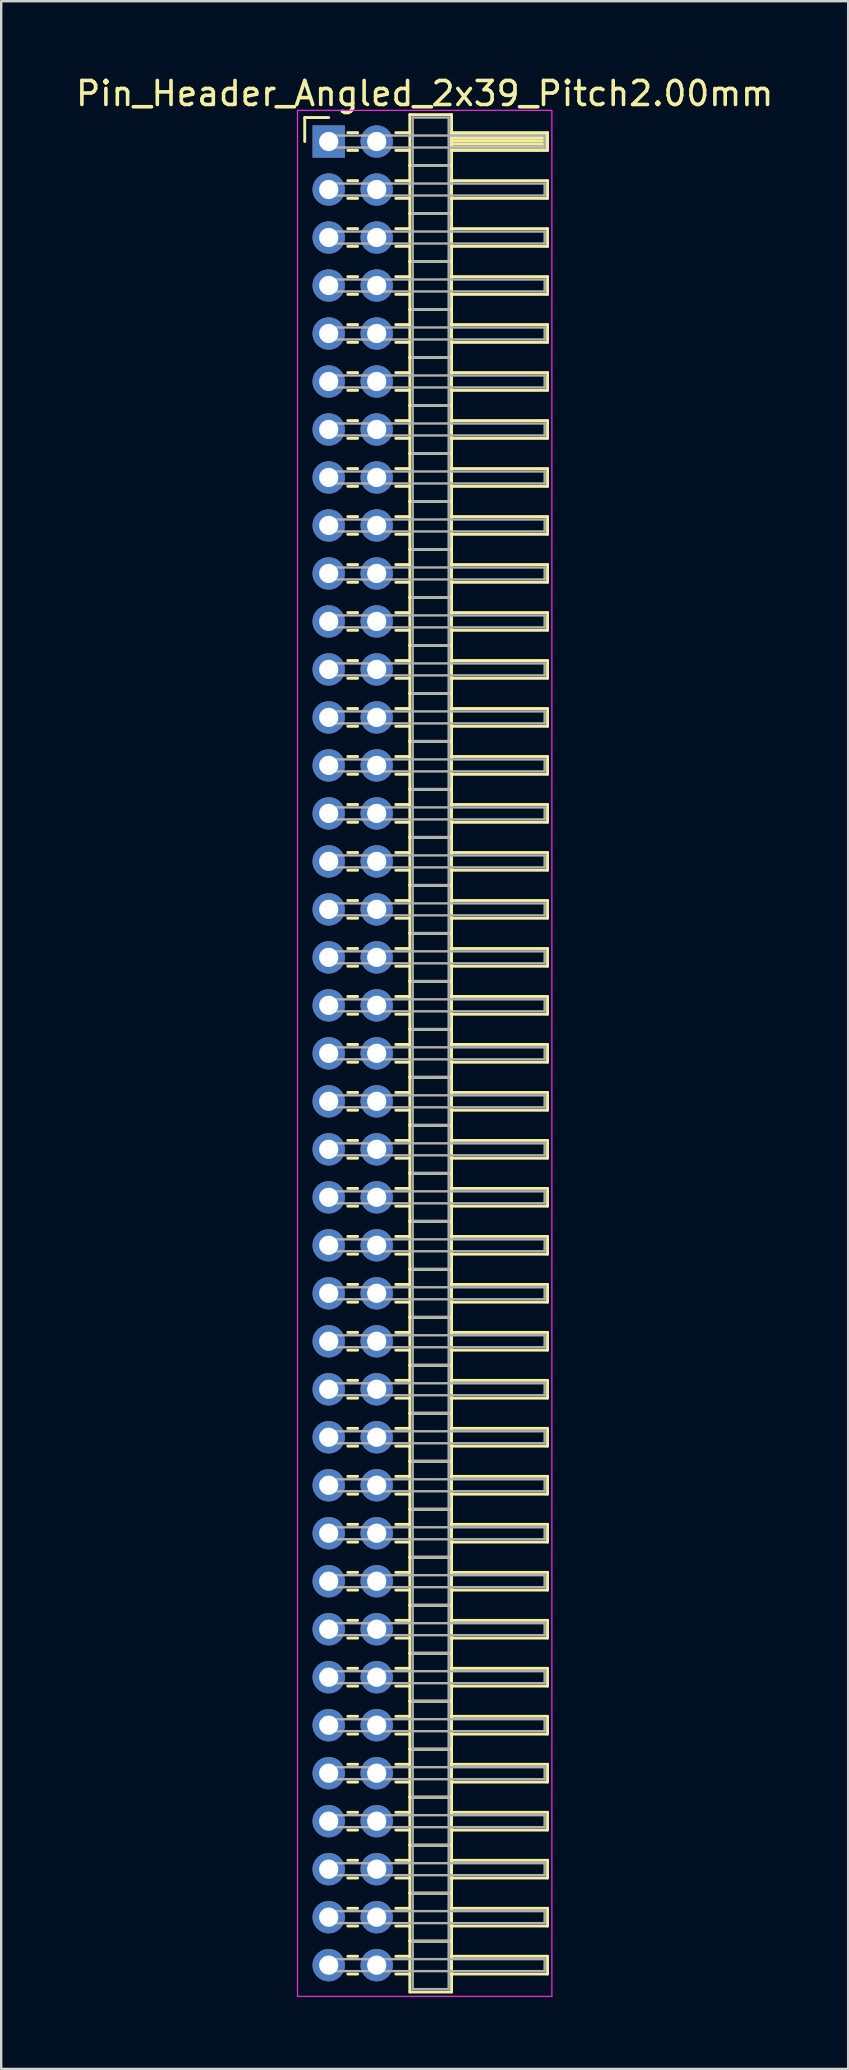
<source format=kicad_pcb>
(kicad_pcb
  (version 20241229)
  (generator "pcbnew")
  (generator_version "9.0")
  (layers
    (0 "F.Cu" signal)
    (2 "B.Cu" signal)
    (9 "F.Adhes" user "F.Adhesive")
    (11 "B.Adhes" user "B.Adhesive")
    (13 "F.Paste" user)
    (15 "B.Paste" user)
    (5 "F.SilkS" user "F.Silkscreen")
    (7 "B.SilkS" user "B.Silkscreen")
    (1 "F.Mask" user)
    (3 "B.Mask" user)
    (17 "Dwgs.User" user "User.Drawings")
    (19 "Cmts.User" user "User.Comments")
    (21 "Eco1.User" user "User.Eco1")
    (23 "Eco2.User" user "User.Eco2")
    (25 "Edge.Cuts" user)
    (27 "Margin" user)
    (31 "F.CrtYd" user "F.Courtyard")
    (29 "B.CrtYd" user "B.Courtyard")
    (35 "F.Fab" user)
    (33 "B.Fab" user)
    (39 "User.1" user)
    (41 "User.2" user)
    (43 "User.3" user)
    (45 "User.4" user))
  (footprint "Pin_Header_Angled_2x39_Pitch2.00mm"
    (layer "F.Cu")
    (at 10.649 2.848)
    (property "Reference" "Pin_Header_Angled_2x39_Pitch2.00mm" (at 4 -2 0) (layer "F.SilkS") (effects (font (size 1 1) (thickness 0.15))))
    (attr through_hole)
    (fp_line (start -1 -1) (end 0 -1) (stroke (width 0.12) (type solid)) (layer "F.SilkS"))
    (fp_line (start -1 0) (end -1 -1) (stroke (width 0.12) (type solid)) (layer "F.SilkS"))
    (fp_line (start 0.795 -0.37) (end 1.205 -0.37) (stroke (width 0.12) (type solid)) (layer "F.SilkS"))
    (fp_line (start 0.795 0.37) (end 1.205 0.37) (stroke (width 0.12) (type solid)) (layer "F.SilkS"))
    (fp_line (start 0.795 1.63) (end 1.205 1.63) (stroke (width 0.12) (type solid)) (layer "F.SilkS"))
    (fp_line (start 0.795 2.37) (end 1.205 2.37) (stroke (width 0.12) (type solid)) (layer "F.SilkS"))
    (fp_line (start 0.795 3.63) (end 1.205 3.63) (stroke (width 0.12) (type solid)) (layer "F.SilkS"))
    (fp_line (start 0.795 4.37) (end 1.205 4.37) (stroke (width 0.12) (type solid)) (layer "F.SilkS"))
    (fp_line (start 0.795 5.63) (end 1.205 5.63) (stroke (width 0.12) (type solid)) (layer "F.SilkS"))
    (fp_line (start 0.795 6.37) (end 1.205 6.37) (stroke (width 0.12) (type solid)) (layer "F.SilkS"))
    (fp_line (start 0.795 7.63) (end 1.205 7.63) (stroke (width 0.12) (type solid)) (layer "F.SilkS"))
    (fp_line (start 0.795 8.37) (end 1.205 8.37) (stroke (width 0.12) (type solid)) (layer "F.SilkS"))
    (fp_line (start 0.795 9.63) (end 1.205 9.63) (stroke (width 0.12) (type solid)) (layer "F.SilkS"))
    (fp_line (start 0.795 10.37) (end 1.205 10.37) (stroke (width 0.12) (type solid)) (layer "F.SilkS"))
    (fp_line (start 0.795 11.63) (end 1.205 11.63) (stroke (width 0.12) (type solid)) (layer "F.SilkS"))
    (fp_line (start 0.795 12.37) (end 1.205 12.37) (stroke (width 0.12) (type solid)) (layer "F.SilkS"))
    (fp_line (start 0.795 13.63) (end 1.205 13.63) (stroke (width 0.12) (type solid)) (layer "F.SilkS"))
    (fp_line (start 0.795 14.37) (end 1.205 14.37) (stroke (width 0.12) (type solid)) (layer "F.SilkS"))
    (fp_line (start 0.795 15.63) (end 1.205 15.63) (stroke (width 0.12) (type solid)) (layer "F.SilkS"))
    (fp_line (start 0.795 16.37) (end 1.205 16.37) (stroke (width 0.12) (type solid)) (layer "F.SilkS"))
    (fp_line (start 0.795 17.63) (end 1.205 17.63) (stroke (width 0.12) (type solid)) (layer "F.SilkS"))
    (fp_line (start 0.795 18.37) (end 1.205 18.37) (stroke (width 0.12) (type solid)) (layer "F.SilkS"))
    (fp_line (start 0.795 19.63) (end 1.205 19.63) (stroke (width 0.12) (type solid)) (layer "F.SilkS"))
    (fp_line (start 0.795 20.37) (end 1.205 20.37) (stroke (width 0.12) (type solid)) (layer "F.SilkS"))
    (fp_line (start 0.795 21.63) (end 1.205 21.63) (stroke (width 0.12) (type solid)) (layer "F.SilkS"))
    (fp_line (start 0.795 22.37) (end 1.205 22.37) (stroke (width 0.12) (type solid)) (layer "F.SilkS"))
    (fp_line (start 0.795 23.63) (end 1.205 23.63) (stroke (width 0.12) (type solid)) (layer "F.SilkS"))
    (fp_line (start 0.795 24.37) (end 1.205 24.37) (stroke (width 0.12) (type solid)) (layer "F.SilkS"))
    (fp_line (start 0.795 25.63) (end 1.205 25.63) (stroke (width 0.12) (type solid)) (layer "F.SilkS"))
    (fp_line (start 0.795 26.37) (end 1.205 26.37) (stroke (width 0.12) (type solid)) (layer "F.SilkS"))
    (fp_line (start 0.795 27.63) (end 1.205 27.63) (stroke (width 0.12) (type solid)) (layer "F.SilkS"))
    (fp_line (start 0.795 28.37) (end 1.205 28.37) (stroke (width 0.12) (type solid)) (layer "F.SilkS"))
    (fp_line (start 0.795 29.63) (end 1.205 29.63) (stroke (width 0.12) (type solid)) (layer "F.SilkS"))
    (fp_line (start 0.795 30.37) (end 1.205 30.37) (stroke (width 0.12) (type solid)) (layer "F.SilkS"))
    (fp_line (start 0.795 31.63) (end 1.205 31.63) (stroke (width 0.12) (type solid)) (layer "F.SilkS"))
    (fp_line (start 0.795 32.37) (end 1.205 32.37) (stroke (width 0.12) (type solid)) (layer "F.SilkS"))
    (fp_line (start 0.795 33.63) (end 1.205 33.63) (stroke (width 0.12) (type solid)) (layer "F.SilkS"))
    (fp_line (start 0.795 34.37) (end 1.205 34.37) (stroke (width 0.12) (type solid)) (layer "F.SilkS"))
    (fp_line (start 0.795 35.63) (end 1.205 35.63) (stroke (width 0.12) (type solid)) (layer "F.SilkS"))
    (fp_line (start 0.795 36.37) (end 1.205 36.37) (stroke (width 0.12) (type solid)) (layer "F.SilkS"))
    (fp_line (start 0.795 37.63) (end 1.205 37.63) (stroke (width 0.12) (type solid)) (layer "F.SilkS"))
    (fp_line (start 0.795 38.37) (end 1.205 38.37) (stroke (width 0.12) (type solid)) (layer "F.SilkS"))
    (fp_line (start 0.795 39.63) (end 1.205 39.63) (stroke (width 0.12) (type solid)) (layer "F.SilkS"))
    (fp_line (start 0.795 40.37) (end 1.205 40.37) (stroke (width 0.12) (type solid)) (layer "F.SilkS"))
    (fp_line (start 0.795 41.63) (end 1.205 41.63) (stroke (width 0.12) (type solid)) (layer "F.SilkS"))
    (fp_line (start 0.795 42.37) (end 1.205 42.37) (stroke (width 0.12) (type solid)) (layer "F.SilkS"))
    (fp_line (start 0.795 43.63) (end 1.205 43.63) (stroke (width 0.12) (type solid)) (layer "F.SilkS"))
    (fp_line (start 0.795 44.37) (end 1.205 44.37) (stroke (width 0.12) (type solid)) (layer "F.SilkS"))
    (fp_line (start 0.795 45.63) (end 1.205 45.63) (stroke (width 0.12) (type solid)) (layer "F.SilkS"))
    (fp_line (start 0.795 46.37) (end 1.205 46.37) (stroke (width 0.12) (type solid)) (layer "F.SilkS"))
    (fp_line (start 0.795 47.63) (end 1.205 47.63) (stroke (width 0.12) (type solid)) (layer "F.SilkS"))
    (fp_line (start 0.795 48.37) (end 1.205 48.37) (stroke (width 0.12) (type solid)) (layer "F.SilkS"))
    (fp_line (start 0.795 49.63) (end 1.205 49.63) (stroke (width 0.12) (type solid)) (layer "F.SilkS"))
    (fp_line (start 0.795 50.37) (end 1.205 50.37) (stroke (width 0.12) (type solid)) (layer "F.SilkS"))
    (fp_line (start 0.795 51.63) (end 1.205 51.63) (stroke (width 0.12) (type solid)) (layer "F.SilkS"))
    (fp_line (start 0.795 52.37) (end 1.205 52.37) (stroke (width 0.12) (type solid)) (layer "F.SilkS"))
    (fp_line (start 0.795 53.63) (end 1.205 53.63) (stroke (width 0.12) (type solid)) (layer "F.SilkS"))
    (fp_line (start 0.795 54.37) (end 1.205 54.37) (stroke (width 0.12) (type solid)) (layer "F.SilkS"))
    (fp_line (start 0.795 55.63) (end 1.205 55.63) (stroke (width 0.12) (type solid)) (layer "F.SilkS"))
    (fp_line (start 0.795 56.37) (end 1.205 56.37) (stroke (width 0.12) (type solid)) (layer "F.SilkS"))
    (fp_line (start 0.795 57.63) (end 1.205 57.63) (stroke (width 0.12) (type solid)) (layer "F.SilkS"))
    (fp_line (start 0.795 58.37) (end 1.205 58.37) (stroke (width 0.12) (type solid)) (layer "F.SilkS"))
    (fp_line (start 0.795 59.63) (end 1.205 59.63) (stroke (width 0.12) (type solid)) (layer "F.SilkS"))
    (fp_line (start 0.795 60.37) (end 1.205 60.37) (stroke (width 0.12) (type solid)) (layer "F.SilkS"))
    (fp_line (start 0.795 61.63) (end 1.205 61.63) (stroke (width 0.12) (type solid)) (layer "F.SilkS"))
    (fp_line (start 0.795 62.37) (end 1.205 62.37) (stroke (width 0.12) (type solid)) (layer "F.SilkS"))
    (fp_line (start 0.795 63.63) (end 1.205 63.63) (stroke (width 0.12) (type solid)) (layer "F.SilkS"))
    (fp_line (start 0.795 64.37) (end 1.205 64.37) (stroke (width 0.12) (type solid)) (layer "F.SilkS"))
    (fp_line (start 0.795 65.63) (end 1.205 65.63) (stroke (width 0.12) (type solid)) (layer "F.SilkS"))
    (fp_line (start 0.795 66.37) (end 1.205 66.37) (stroke (width 0.12) (type solid)) (layer "F.SilkS"))
    (fp_line (start 0.795 67.63) (end 1.205 67.63) (stroke (width 0.12) (type solid)) (layer "F.SilkS"))
    (fp_line (start 0.795 68.37) (end 1.205 68.37) (stroke (width 0.12) (type solid)) (layer "F.SilkS"))
    (fp_line (start 0.795 69.63) (end 1.205 69.63) (stroke (width 0.12) (type solid)) (layer "F.SilkS"))
    (fp_line (start 0.795 70.37) (end 1.205 70.37) (stroke (width 0.12) (type solid)) (layer "F.SilkS"))
    (fp_line (start 0.795 71.63) (end 1.205 71.63) (stroke (width 0.12) (type solid)) (layer "F.SilkS"))
    (fp_line (start 0.795 72.37) (end 1.205 72.37) (stroke (width 0.12) (type solid)) (layer "F.SilkS"))
    (fp_line (start 0.795 73.63) (end 1.205 73.63) (stroke (width 0.12) (type solid)) (layer "F.SilkS"))
    (fp_line (start 0.795 74.37) (end 1.205 74.37) (stroke (width 0.12) (type solid)) (layer "F.SilkS"))
    (fp_line (start 0.795 75.63) (end 1.205 75.63) (stroke (width 0.12) (type solid)) (layer "F.SilkS"))
    (fp_line (start 0.795 76.37) (end 1.205 76.37) (stroke (width 0.12) (type solid)) (layer "F.SilkS"))
    (fp_line (start 2.795 -0.37) (end 3.38 -0.37) (stroke (width 0.12) (type solid)) (layer "F.SilkS"))
    (fp_line (start 2.795 0.37) (end 3.38 0.37) (stroke (width 0.12) (type solid)) (layer "F.SilkS"))
    (fp_line (start 2.795 1.63) (end 3.38 1.63) (stroke (width 0.12) (type solid)) (layer "F.SilkS"))
    (fp_line (start 2.795 2.37) (end 3.38 2.37) (stroke (width 0.12) (type solid)) (layer "F.SilkS"))
    (fp_line (start 2.795 3.63) (end 3.38 3.63) (stroke (width 0.12) (type solid)) (layer "F.SilkS"))
    (fp_line (start 2.795 4.37) (end 3.38 4.37) (stroke (width 0.12) (type solid)) (layer "F.SilkS"))
    (fp_line (start 2.795 5.63) (end 3.38 5.63) (stroke (width 0.12) (type solid)) (layer "F.SilkS"))
    (fp_line (start 2.795 6.37) (end 3.38 6.37) (stroke (width 0.12) (type solid)) (layer "F.SilkS"))
    (fp_line (start 2.795 7.63) (end 3.38 7.63) (stroke (width 0.12) (type solid)) (layer "F.SilkS"))
    (fp_line (start 2.795 8.37) (end 3.38 8.37) (stroke (width 0.12) (type solid)) (layer "F.SilkS"))
    (fp_line (start 2.795 9.63) (end 3.38 9.63) (stroke (width 0.12) (type solid)) (layer "F.SilkS"))
    (fp_line (start 2.795 10.37) (end 3.38 10.37) (stroke (width 0.12) (type solid)) (layer "F.SilkS"))
    (fp_line (start 2.795 11.63) (end 3.38 11.63) (stroke (width 0.12) (type solid)) (layer "F.SilkS"))
    (fp_line (start 2.795 12.37) (end 3.38 12.37) (stroke (width 0.12) (type solid)) (layer "F.SilkS"))
    (fp_line (start 2.795 13.63) (end 3.38 13.63) (stroke (width 0.12) (type solid)) (layer "F.SilkS"))
    (fp_line (start 2.795 14.37) (end 3.38 14.37) (stroke (width 0.12) (type solid)) (layer "F.SilkS"))
    (fp_line (start 2.795 15.63) (end 3.38 15.63) (stroke (width 0.12) (type solid)) (layer "F.SilkS"))
    (fp_line (start 2.795 16.37) (end 3.38 16.37) (stroke (width 0.12) (type solid)) (layer "F.SilkS"))
    (fp_line (start 2.795 17.63) (end 3.38 17.63) (stroke (width 0.12) (type solid)) (layer "F.SilkS"))
    (fp_line (start 2.795 18.37) (end 3.38 18.37) (stroke (width 0.12) (type solid)) (layer "F.SilkS"))
    (fp_line (start 2.795 19.63) (end 3.38 19.63) (stroke (width 0.12) (type solid)) (layer "F.SilkS"))
    (fp_line (start 2.795 20.37) (end 3.38 20.37) (stroke (width 0.12) (type solid)) (layer "F.SilkS"))
    (fp_line (start 2.795 21.63) (end 3.38 21.63) (stroke (width 0.12) (type solid)) (layer "F.SilkS"))
    (fp_line (start 2.795 22.37) (end 3.38 22.37) (stroke (width 0.12) (type solid)) (layer "F.SilkS"))
    (fp_line (start 2.795 23.63) (end 3.38 23.63) (stroke (width 0.12) (type solid)) (layer "F.SilkS"))
    (fp_line (start 2.795 24.37) (end 3.38 24.37) (stroke (width 0.12) (type solid)) (layer "F.SilkS"))
    (fp_line (start 2.795 25.63) (end 3.38 25.63) (stroke (width 0.12) (type solid)) (layer "F.SilkS"))
    (fp_line (start 2.795 26.37) (end 3.38 26.37) (stroke (width 0.12) (type solid)) (layer "F.SilkS"))
    (fp_line (start 2.795 27.63) (end 3.38 27.63) (stroke (width 0.12) (type solid)) (layer "F.SilkS"))
    (fp_line (start 2.795 28.37) (end 3.38 28.37) (stroke (width 0.12) (type solid)) (layer "F.SilkS"))
    (fp_line (start 2.795 29.63) (end 3.38 29.63) (stroke (width 0.12) (type solid)) (layer "F.SilkS"))
    (fp_line (start 2.795 30.37) (end 3.38 30.37) (stroke (width 0.12) (type solid)) (layer "F.SilkS"))
    (fp_line (start 2.795 31.63) (end 3.38 31.63) (stroke (width 0.12) (type solid)) (layer "F.SilkS"))
    (fp_line (start 2.795 32.37) (end 3.38 32.37) (stroke (width 0.12) (type solid)) (layer "F.SilkS"))
    (fp_line (start 2.795 33.63) (end 3.38 33.63) (stroke (width 0.12) (type solid)) (layer "F.SilkS"))
    (fp_line (start 2.795 34.37) (end 3.38 34.37) (stroke (width 0.12) (type solid)) (layer "F.SilkS"))
    (fp_line (start 2.795 35.63) (end 3.38 35.63) (stroke (width 0.12) (type solid)) (layer "F.SilkS"))
    (fp_line (start 2.795 36.37) (end 3.38 36.37) (stroke (width 0.12) (type solid)) (layer "F.SilkS"))
    (fp_line (start 2.795 37.63) (end 3.38 37.63) (stroke (width 0.12) (type solid)) (layer "F.SilkS"))
    (fp_line (start 2.795 38.37) (end 3.38 38.37) (stroke (width 0.12) (type solid)) (layer "F.SilkS"))
    (fp_line (start 2.795 39.63) (end 3.38 39.63) (stroke (width 0.12) (type solid)) (layer "F.SilkS"))
    (fp_line (start 2.795 40.37) (end 3.38 40.37) (stroke (width 0.12) (type solid)) (layer "F.SilkS"))
    (fp_line (start 2.795 41.63) (end 3.38 41.63) (stroke (width 0.12) (type solid)) (layer "F.SilkS"))
    (fp_line (start 2.795 42.37) (end 3.38 42.37) (stroke (width 0.12) (type solid)) (layer "F.SilkS"))
    (fp_line (start 2.795 43.63) (end 3.38 43.63) (stroke (width 0.12) (type solid)) (layer "F.SilkS"))
    (fp_line (start 2.795 44.37) (end 3.38 44.37) (stroke (width 0.12) (type solid)) (layer "F.SilkS"))
    (fp_line (start 2.795 45.63) (end 3.38 45.63) (stroke (width 0.12) (type solid)) (layer "F.SilkS"))
    (fp_line (start 2.795 46.37) (end 3.38 46.37) (stroke (width 0.12) (type solid)) (layer "F.SilkS"))
    (fp_line (start 2.795 47.63) (end 3.38 47.63) (stroke (width 0.12) (type solid)) (layer "F.SilkS"))
    (fp_line (start 2.795 48.37) (end 3.38 48.37) (stroke (width 0.12) (type solid)) (layer "F.SilkS"))
    (fp_line (start 2.795 49.63) (end 3.38 49.63) (stroke (width 0.12) (type solid)) (layer "F.SilkS"))
    (fp_line (start 2.795 50.37) (end 3.38 50.37) (stroke (width 0.12) (type solid)) (layer "F.SilkS"))
    (fp_line (start 2.795 51.63) (end 3.38 51.63) (stroke (width 0.12) (type solid)) (layer "F.SilkS"))
    (fp_line (start 2.795 52.37) (end 3.38 52.37) (stroke (width 0.12) (type solid)) (layer "F.SilkS"))
    (fp_line (start 2.795 53.63) (end 3.38 53.63) (stroke (width 0.12) (type solid)) (layer "F.SilkS"))
    (fp_line (start 2.795 54.37) (end 3.38 54.37) (stroke (width 0.12) (type solid)) (layer "F.SilkS"))
    (fp_line (start 2.795 55.63) (end 3.38 55.63) (stroke (width 0.12) (type solid)) (layer "F.SilkS"))
    (fp_line (start 2.795 56.37) (end 3.38 56.37) (stroke (width 0.12) (type solid)) (layer "F.SilkS"))
    (fp_line (start 2.795 57.63) (end 3.38 57.63) (stroke (width 0.12) (type solid)) (layer "F.SilkS"))
    (fp_line (start 2.795 58.37) (end 3.38 58.37) (stroke (width 0.12) (type solid)) (layer "F.SilkS"))
    (fp_line (start 2.795 59.63) (end 3.38 59.63) (stroke (width 0.12) (type solid)) (layer "F.SilkS"))
    (fp_line (start 2.795 60.37) (end 3.38 60.37) (stroke (width 0.12) (type solid)) (layer "F.SilkS"))
    (fp_line (start 2.795 61.63) (end 3.38 61.63) (stroke (width 0.12) (type solid)) (layer "F.SilkS"))
    (fp_line (start 2.795 62.37) (end 3.38 62.37) (stroke (width 0.12) (type solid)) (layer "F.SilkS"))
    (fp_line (start 2.795 63.63) (end 3.38 63.63) (stroke (width 0.12) (type solid)) (layer "F.SilkS"))
    (fp_line (start 2.795 64.37) (end 3.38 64.37) (stroke (width 0.12) (type solid)) (layer "F.SilkS"))
    (fp_line (start 2.795 65.63) (end 3.38 65.63) (stroke (width 0.12) (type solid)) (layer "F.SilkS"))
    (fp_line (start 2.795 66.37) (end 3.38 66.37) (stroke (width 0.12) (type solid)) (layer "F.SilkS"))
    (fp_line (start 2.795 67.63) (end 3.38 67.63) (stroke (width 0.12) (type solid)) (layer "F.SilkS"))
    (fp_line (start 2.795 68.37) (end 3.38 68.37) (stroke (width 0.12) (type solid)) (layer "F.SilkS"))
    (fp_line (start 2.795 69.63) (end 3.38 69.63) (stroke (width 0.12) (type solid)) (layer "F.SilkS"))
    (fp_line (start 2.795 70.37) (end 3.38 70.37) (stroke (width 0.12) (type solid)) (layer "F.SilkS"))
    (fp_line (start 2.795 71.63) (end 3.38 71.63) (stroke (width 0.12) (type solid)) (layer "F.SilkS"))
    (fp_line (start 2.795 72.37) (end 3.38 72.37) (stroke (width 0.12) (type solid)) (layer "F.SilkS"))
    (fp_line (start 2.795 73.63) (end 3.38 73.63) (stroke (width 0.12) (type solid)) (layer "F.SilkS"))
    (fp_line (start 2.795 74.37) (end 3.38 74.37) (stroke (width 0.12) (type solid)) (layer "F.SilkS"))
    (fp_line (start 2.795 75.63) (end 3.38 75.63) (stroke (width 0.12) (type solid)) (layer "F.SilkS"))
    (fp_line (start 2.795 76.37) (end 3.38 76.37) (stroke (width 0.12) (type solid)) (layer "F.SilkS"))
    (fp_line (start 3.38 -1.12) (end 3.38 1) (stroke (width 0.12) (type solid)) (layer "F.SilkS"))
    (fp_line (start 3.38 1) (end 3.38 3) (stroke (width 0.12) (type solid)) (layer "F.SilkS"))
    (fp_line (start 3.38 1) (end 5.12 1) (stroke (width 0.12) (type solid)) (layer "F.SilkS"))
    (fp_line (start 3.38 3) (end 3.38 5) (stroke (width 0.12) (type solid)) (layer "F.SilkS"))
    (fp_line (start 3.38 3) (end 5.12 3) (stroke (width 0.12) (type solid)) (layer "F.SilkS"))
    (fp_line (start 3.38 5) (end 3.38 7) (stroke (width 0.12) (type solid)) (layer "F.SilkS"))
    (fp_line (start 3.38 5) (end 5.12 5) (stroke (width 0.12) (type solid)) (layer "F.SilkS"))
    (fp_line (start 3.38 7) (end 3.38 9) (stroke (width 0.12) (type solid)) (layer "F.SilkS"))
    (fp_line (start 3.38 7) (end 5.12 7) (stroke (width 0.12) (type solid)) (layer "F.SilkS"))
    (fp_line (start 3.38 9) (end 3.38 11) (stroke (width 0.12) (type solid)) (layer "F.SilkS"))
    (fp_line (start 3.38 9) (end 5.12 9) (stroke (width 0.12) (type solid)) (layer "F.SilkS"))
    (fp_line (start 3.38 11) (end 3.38 13) (stroke (width 0.12) (type solid)) (layer "F.SilkS"))
    (fp_line (start 3.38 11) (end 5.12 11) (stroke (width 0.12) (type solid)) (layer "F.SilkS"))
    (fp_line (start 3.38 13) (end 3.38 15) (stroke (width 0.12) (type solid)) (layer "F.SilkS"))
    (fp_line (start 3.38 13) (end 5.12 13) (stroke (width 0.12) (type solid)) (layer "F.SilkS"))
    (fp_line (start 3.38 15) (end 3.38 17) (stroke (width 0.12) (type solid)) (layer "F.SilkS"))
    (fp_line (start 3.38 15) (end 5.12 15) (stroke (width 0.12) (type solid)) (layer "F.SilkS"))
    (fp_line (start 3.38 17) (end 3.38 19) (stroke (width 0.12) (type solid)) (layer "F.SilkS"))
    (fp_line (start 3.38 17) (end 5.12 17) (stroke (width 0.12) (type solid)) (layer "F.SilkS"))
    (fp_line (start 3.38 19) (end 3.38 21) (stroke (width 0.12) (type solid)) (layer "F.SilkS"))
    (fp_line (start 3.38 19) (end 5.12 19) (stroke (width 0.12) (type solid)) (layer "F.SilkS"))
    (fp_line (start 3.38 21) (end 3.38 23) (stroke (width 0.12) (type solid)) (layer "F.SilkS"))
    (fp_line (start 3.38 21) (end 5.12 21) (stroke (width 0.12) (type solid)) (layer "F.SilkS"))
    (fp_line (start 3.38 23) (end 3.38 25) (stroke (width 0.12) (type solid)) (layer "F.SilkS"))
    (fp_line (start 3.38 23) (end 5.12 23) (stroke (width 0.12) (type solid)) (layer "F.SilkS"))
    (fp_line (start 3.38 25) (end 3.38 27) (stroke (width 0.12) (type solid)) (layer "F.SilkS"))
    (fp_line (start 3.38 25) (end 5.12 25) (stroke (width 0.12) (type solid)) (layer "F.SilkS"))
    (fp_line (start 3.38 27) (end 3.38 29) (stroke (width 0.12) (type solid)) (layer "F.SilkS"))
    (fp_line (start 3.38 27) (end 5.12 27) (stroke (width 0.12) (type solid)) (layer "F.SilkS"))
    (fp_line (start 3.38 29) (end 3.38 31) (stroke (width 0.12) (type solid)) (layer "F.SilkS"))
    (fp_line (start 3.38 29) (end 5.12 29) (stroke (width 0.12) (type solid)) (layer "F.SilkS"))
    (fp_line (start 3.38 31) (end 3.38 33) (stroke (width 0.12) (type solid)) (layer "F.SilkS"))
    (fp_line (start 3.38 31) (end 5.12 31) (stroke (width 0.12) (type solid)) (layer "F.SilkS"))
    (fp_line (start 3.38 33) (end 3.38 35) (stroke (width 0.12) (type solid)) (layer "F.SilkS"))
    (fp_line (start 3.38 33) (end 5.12 33) (stroke (width 0.12) (type solid)) (layer "F.SilkS"))
    (fp_line (start 3.38 35) (end 3.38 37) (stroke (width 0.12) (type solid)) (layer "F.SilkS"))
    (fp_line (start 3.38 35) (end 5.12 35) (stroke (width 0.12) (type solid)) (layer "F.SilkS"))
    (fp_line (start 3.38 37) (end 3.38 39) (stroke (width 0.12) (type solid)) (layer "F.SilkS"))
    (fp_line (start 3.38 37) (end 5.12 37) (stroke (width 0.12) (type solid)) (layer "F.SilkS"))
    (fp_line (start 3.38 39) (end 3.38 41) (stroke (width 0.12) (type solid)) (layer "F.SilkS"))
    (fp_line (start 3.38 39) (end 5.12 39) (stroke (width 0.12) (type solid)) (layer "F.SilkS"))
    (fp_line (start 3.38 41) (end 3.38 43) (stroke (width 0.12) (type solid)) (layer "F.SilkS"))
    (fp_line (start 3.38 41) (end 5.12 41) (stroke (width 0.12) (type solid)) (layer "F.SilkS"))
    (fp_line (start 3.38 43) (end 3.38 45) (stroke (width 0.12) (type solid)) (layer "F.SilkS"))
    (fp_line (start 3.38 43) (end 5.12 43) (stroke (width 0.12) (type solid)) (layer "F.SilkS"))
    (fp_line (start 3.38 45) (end 3.38 47) (stroke (width 0.12) (type solid)) (layer "F.SilkS"))
    (fp_line (start 3.38 45) (end 5.12 45) (stroke (width 0.12) (type solid)) (layer "F.SilkS"))
    (fp_line (start 3.38 47) (end 3.38 49) (stroke (width 0.12) (type solid)) (layer "F.SilkS"))
    (fp_line (start 3.38 47) (end 5.12 47) (stroke (width 0.12) (type solid)) (layer "F.SilkS"))
    (fp_line (start 3.38 49) (end 3.38 51) (stroke (width 0.12) (type solid)) (layer "F.SilkS"))
    (fp_line (start 3.38 49) (end 5.12 49) (stroke (width 0.12) (type solid)) (layer "F.SilkS"))
    (fp_line (start 3.38 51) (end 3.38 53) (stroke (width 0.12) (type solid)) (layer "F.SilkS"))
    (fp_line (start 3.38 51) (end 5.12 51) (stroke (width 0.12) (type solid)) (layer "F.SilkS"))
    (fp_line (start 3.38 53) (end 3.38 55) (stroke (width 0.12) (type solid)) (layer "F.SilkS"))
    (fp_line (start 3.38 53) (end 5.12 53) (stroke (width 0.12) (type solid)) (layer "F.SilkS"))
    (fp_line (start 3.38 55) (end 3.38 57) (stroke (width 0.12) (type solid)) (layer "F.SilkS"))
    (fp_line (start 3.38 55) (end 5.12 55) (stroke (width 0.12) (type solid)) (layer "F.SilkS"))
    (fp_line (start 3.38 57) (end 3.38 59) (stroke (width 0.12) (type solid)) (layer "F.SilkS"))
    (fp_line (start 3.38 57) (end 5.12 57) (stroke (width 0.12) (type solid)) (layer "F.SilkS"))
    (fp_line (start 3.38 59) (end 3.38 61) (stroke (width 0.12) (type solid)) (layer "F.SilkS"))
    (fp_line (start 3.38 59) (end 5.12 59) (stroke (width 0.12) (type solid)) (layer "F.SilkS"))
    (fp_line (start 3.38 61) (end 3.38 63) (stroke (width 0.12) (type solid)) (layer "F.SilkS"))
    (fp_line (start 3.38 61) (end 5.12 61) (stroke (width 0.12) (type solid)) (layer "F.SilkS"))
    (fp_line (start 3.38 63) (end 3.38 65) (stroke (width 0.12) (type solid)) (layer "F.SilkS"))
    (fp_line (start 3.38 63) (end 5.12 63) (stroke (width 0.12) (type solid)) (layer "F.SilkS"))
    (fp_line (start 3.38 65) (end 3.38 67) (stroke (width 0.12) (type solid)) (layer "F.SilkS"))
    (fp_line (start 3.38 65) (end 5.12 65) (stroke (width 0.12) (type solid)) (layer "F.SilkS"))
    (fp_line (start 3.38 67) (end 3.38 69) (stroke (width 0.12) (type solid)) (layer "F.SilkS"))
    (fp_line (start 3.38 67) (end 5.12 67) (stroke (width 0.12) (type solid)) (layer "F.SilkS"))
    (fp_line (start 3.38 69) (end 3.38 71) (stroke (width 0.12) (type solid)) (layer "F.SilkS"))
    (fp_line (start 3.38 69) (end 5.12 69) (stroke (width 0.12) (type solid)) (layer "F.SilkS"))
    (fp_line (start 3.38 71) (end 3.38 73) (stroke (width 0.12) (type solid)) (layer "F.SilkS"))
    (fp_line (start 3.38 71) (end 5.12 71) (stroke (width 0.12) (type solid)) (layer "F.SilkS"))
    (fp_line (start 3.38 73) (end 3.38 75) (stroke (width 0.12) (type solid)) (layer "F.SilkS"))
    (fp_line (start 3.38 73) (end 5.12 73) (stroke (width 0.12) (type solid)) (layer "F.SilkS"))
    (fp_line (start 3.38 75) (end 3.38 77.12) (stroke (width 0.12) (type solid)) (layer "F.SilkS"))
    (fp_line (start 3.38 75) (end 5.12 75) (stroke (width 0.12) (type solid)) (layer "F.SilkS"))
    (fp_line (start 3.38 77.12) (end 5.12 77.12) (stroke (width 0.12) (type solid)) (layer "F.SilkS"))
    (fp_line (start 5.12 -1.12) (end 3.38 -1.12) (stroke (width 0.12) (type solid)) (layer "F.SilkS"))
    (fp_line (start 5.12 -0.37) (end 5.12 0.37) (stroke (width 0.12) (type solid)) (layer "F.SilkS"))
    (fp_line (start 5.12 -0.25) (end 9.12 -0.25) (stroke (width 0.12) (type solid)) (layer "F.SilkS"))
    (fp_line (start 5.12 -0.13) (end 9.12 -0.13) (stroke (width 0.12) (type solid)) (layer "F.SilkS"))
    (fp_line (start 5.12 -0.01) (end 9.12 -0.01) (stroke (width 0.12) (type solid)) (layer "F.SilkS"))
    (fp_line (start 5.12 0.11) (end 9.12 0.11) (stroke (width 0.12) (type solid)) (layer "F.SilkS"))
    (fp_line (start 5.12 0.23) (end 9.12 0.23) (stroke (width 0.12) (type solid)) (layer "F.SilkS"))
    (fp_line (start 5.12 0.35) (end 9.12 0.35) (stroke (width 0.12) (type solid)) (layer "F.SilkS"))
    (fp_line (start 5.12 0.37) (end 9.12 0.37) (stroke (width 0.12) (type solid)) (layer "F.SilkS"))
    (fp_line (start 5.12 1) (end 3.38 1) (stroke (width 0.12) (type solid)) (layer "F.SilkS"))
    (fp_line (start 5.12 1) (end 5.12 -1.12) (stroke (width 0.12) (type solid)) (layer "F.SilkS"))
    (fp_line (start 5.12 1.63) (end 5.12 2.37) (stroke (width 0.12) (type solid)) (layer "F.SilkS"))
    (fp_line (start 5.12 2.37) (end 9.12 2.37) (stroke (width 0.12) (type solid)) (layer "F.SilkS"))
    (fp_line (start 5.12 3) (end 3.38 3) (stroke (width 0.12) (type solid)) (layer "F.SilkS"))
    (fp_line (start 5.12 3) (end 5.12 1) (stroke (width 0.12) (type solid)) (layer "F.SilkS"))
    (fp_line (start 5.12 3.63) (end 5.12 4.37) (stroke (width 0.12) (type solid)) (layer "F.SilkS"))
    (fp_line (start 5.12 4.37) (end 9.12 4.37) (stroke (width 0.12) (type solid)) (layer "F.SilkS"))
    (fp_line (start 5.12 5) (end 3.38 5) (stroke (width 0.12) (type solid)) (layer "F.SilkS"))
    (fp_line (start 5.12 5) (end 5.12 3) (stroke (width 0.12) (type solid)) (layer "F.SilkS"))
    (fp_line (start 5.12 5.63) (end 5.12 6.37) (stroke (width 0.12) (type solid)) (layer "F.SilkS"))
    (fp_line (start 5.12 6.37) (end 9.12 6.37) (stroke (width 0.12) (type solid)) (layer "F.SilkS"))
    (fp_line (start 5.12 7) (end 3.38 7) (stroke (width 0.12) (type solid)) (layer "F.SilkS"))
    (fp_line (start 5.12 7) (end 5.12 5) (stroke (width 0.12) (type solid)) (layer "F.SilkS"))
    (fp_line (start 5.12 7.63) (end 5.12 8.37) (stroke (width 0.12) (type solid)) (layer "F.SilkS"))
    (fp_line (start 5.12 8.37) (end 9.12 8.37) (stroke (width 0.12) (type solid)) (layer "F.SilkS"))
    (fp_line (start 5.12 9) (end 3.38 9) (stroke (width 0.12) (type solid)) (layer "F.SilkS"))
    (fp_line (start 5.12 9) (end 5.12 7) (stroke (width 0.12) (type solid)) (layer "F.SilkS"))
    (fp_line (start 5.12 9.63) (end 5.12 10.37) (stroke (width 0.12) (type solid)) (layer "F.SilkS"))
    (fp_line (start 5.12 10.37) (end 9.12 10.37) (stroke (width 0.12) (type solid)) (layer "F.SilkS"))
    (fp_line (start 5.12 11) (end 3.38 11) (stroke (width 0.12) (type solid)) (layer "F.SilkS"))
    (fp_line (start 5.12 11) (end 5.12 9) (stroke (width 0.12) (type solid)) (layer "F.SilkS"))
    (fp_line (start 5.12 11.63) (end 5.12 12.37) (stroke (width 0.12) (type solid)) (layer "F.SilkS"))
    (fp_line (start 5.12 12.37) (end 9.12 12.37) (stroke (width 0.12) (type solid)) (layer "F.SilkS"))
    (fp_line (start 5.12 13) (end 3.38 13) (stroke (width 0.12) (type solid)) (layer "F.SilkS"))
    (fp_line (start 5.12 13) (end 5.12 11) (stroke (width 0.12) (type solid)) (layer "F.SilkS"))
    (fp_line (start 5.12 13.63) (end 5.12 14.37) (stroke (width 0.12) (type solid)) (layer "F.SilkS"))
    (fp_line (start 5.12 14.37) (end 9.12 14.37) (stroke (width 0.12) (type solid)) (layer "F.SilkS"))
    (fp_line (start 5.12 15) (end 3.38 15) (stroke (width 0.12) (type solid)) (layer "F.SilkS"))
    (fp_line (start 5.12 15) (end 5.12 13) (stroke (width 0.12) (type solid)) (layer "F.SilkS"))
    (fp_line (start 5.12 15.63) (end 5.12 16.37) (stroke (width 0.12) (type solid)) (layer "F.SilkS"))
    (fp_line (start 5.12 16.37) (end 9.12 16.37) (stroke (width 0.12) (type solid)) (layer "F.SilkS"))
    (fp_line (start 5.12 17) (end 3.38 17) (stroke (width 0.12) (type solid)) (layer "F.SilkS"))
    (fp_line (start 5.12 17) (end 5.12 15) (stroke (width 0.12) (type solid)) (layer "F.SilkS"))
    (fp_line (start 5.12 17.63) (end 5.12 18.37) (stroke (width 0.12) (type solid)) (layer "F.SilkS"))
    (fp_line (start 5.12 18.37) (end 9.12 18.37) (stroke (width 0.12) (type solid)) (layer "F.SilkS"))
    (fp_line (start 5.12 19) (end 3.38 19) (stroke (width 0.12) (type solid)) (layer "F.SilkS"))
    (fp_line (start 5.12 19) (end 5.12 17) (stroke (width 0.12) (type solid)) (layer "F.SilkS"))
    (fp_line (start 5.12 19.63) (end 5.12 20.37) (stroke (width 0.12) (type solid)) (layer "F.SilkS"))
    (fp_line (start 5.12 20.37) (end 9.12 20.37) (stroke (width 0.12) (type solid)) (layer "F.SilkS"))
    (fp_line (start 5.12 21) (end 3.38 21) (stroke (width 0.12) (type solid)) (layer "F.SilkS"))
    (fp_line (start 5.12 21) (end 5.12 19) (stroke (width 0.12) (type solid)) (layer "F.SilkS"))
    (fp_line (start 5.12 21.63) (end 5.12 22.37) (stroke (width 0.12) (type solid)) (layer "F.SilkS"))
    (fp_line (start 5.12 22.37) (end 9.12 22.37) (stroke (width 0.12) (type solid)) (layer "F.SilkS"))
    (fp_line (start 5.12 23) (end 3.38 23) (stroke (width 0.12) (type solid)) (layer "F.SilkS"))
    (fp_line (start 5.12 23) (end 5.12 21) (stroke (width 0.12) (type solid)) (layer "F.SilkS"))
    (fp_line (start 5.12 23.63) (end 5.12 24.37) (stroke (width 0.12) (type solid)) (layer "F.SilkS"))
    (fp_line (start 5.12 24.37) (end 9.12 24.37) (stroke (width 0.12) (type solid)) (layer "F.SilkS"))
    (fp_line (start 5.12 25) (end 3.38 25) (stroke (width 0.12) (type solid)) (layer "F.SilkS"))
    (fp_line (start 5.12 25) (end 5.12 23) (stroke (width 0.12) (type solid)) (layer "F.SilkS"))
    (fp_line (start 5.12 25.63) (end 5.12 26.37) (stroke (width 0.12) (type solid)) (layer "F.SilkS"))
    (fp_line (start 5.12 26.37) (end 9.12 26.37) (stroke (width 0.12) (type solid)) (layer "F.SilkS"))
    (fp_line (start 5.12 27) (end 3.38 27) (stroke (width 0.12) (type solid)) (layer "F.SilkS"))
    (fp_line (start 5.12 27) (end 5.12 25) (stroke (width 0.12) (type solid)) (layer "F.SilkS"))
    (fp_line (start 5.12 27.63) (end 5.12 28.37) (stroke (width 0.12) (type solid)) (layer "F.SilkS"))
    (fp_line (start 5.12 28.37) (end 9.12 28.37) (stroke (width 0.12) (type solid)) (layer "F.SilkS"))
    (fp_line (start 5.12 29) (end 3.38 29) (stroke (width 0.12) (type solid)) (layer "F.SilkS"))
    (fp_line (start 5.12 29) (end 5.12 27) (stroke (width 0.12) (type solid)) (layer "F.SilkS"))
    (fp_line (start 5.12 29.63) (end 5.12 30.37) (stroke (width 0.12) (type solid)) (layer "F.SilkS"))
    (fp_line (start 5.12 30.37) (end 9.12 30.37) (stroke (width 0.12) (type solid)) (layer "F.SilkS"))
    (fp_line (start 5.12 31) (end 3.38 31) (stroke (width 0.12) (type solid)) (layer "F.SilkS"))
    (fp_line (start 5.12 31) (end 5.12 29) (stroke (width 0.12) (type solid)) (layer "F.SilkS"))
    (fp_line (start 5.12 31.63) (end 5.12 32.37) (stroke (width 0.12) (type solid)) (layer "F.SilkS"))
    (fp_line (start 5.12 32.37) (end 9.12 32.37) (stroke (width 0.12) (type solid)) (layer "F.SilkS"))
    (fp_line (start 5.12 33) (end 3.38 33) (stroke (width 0.12) (type solid)) (layer "F.SilkS"))
    (fp_line (start 5.12 33) (end 5.12 31) (stroke (width 0.12) (type solid)) (layer "F.SilkS"))
    (fp_line (start 5.12 33.63) (end 5.12 34.37) (stroke (width 0.12) (type solid)) (layer "F.SilkS"))
    (fp_line (start 5.12 34.37) (end 9.12 34.37) (stroke (width 0.12) (type solid)) (layer "F.SilkS"))
    (fp_line (start 5.12 35) (end 3.38 35) (stroke (width 0.12) (type solid)) (layer "F.SilkS"))
    (fp_line (start 5.12 35) (end 5.12 33) (stroke (width 0.12) (type solid)) (layer "F.SilkS"))
    (fp_line (start 5.12 35.63) (end 5.12 36.37) (stroke (width 0.12) (type solid)) (layer "F.SilkS"))
    (fp_line (start 5.12 36.37) (end 9.12 36.37) (stroke (width 0.12) (type solid)) (layer "F.SilkS"))
    (fp_line (start 5.12 37) (end 3.38 37) (stroke (width 0.12) (type solid)) (layer "F.SilkS"))
    (fp_line (start 5.12 37) (end 5.12 35) (stroke (width 0.12) (type solid)) (layer "F.SilkS"))
    (fp_line (start 5.12 37.63) (end 5.12 38.37) (stroke (width 0.12) (type solid)) (layer "F.SilkS"))
    (fp_line (start 5.12 38.37) (end 9.12 38.37) (stroke (width 0.12) (type solid)) (layer "F.SilkS"))
    (fp_line (start 5.12 39) (end 3.38 39) (stroke (width 0.12) (type solid)) (layer "F.SilkS"))
    (fp_line (start 5.12 39) (end 5.12 37) (stroke (width 0.12) (type solid)) (layer "F.SilkS"))
    (fp_line (start 5.12 39.63) (end 5.12 40.37) (stroke (width 0.12) (type solid)) (layer "F.SilkS"))
    (fp_line (start 5.12 40.37) (end 9.12 40.37) (stroke (width 0.12) (type solid)) (layer "F.SilkS"))
    (fp_line (start 5.12 41) (end 3.38 41) (stroke (width 0.12) (type solid)) (layer "F.SilkS"))
    (fp_line (start 5.12 41) (end 5.12 39) (stroke (width 0.12) (type solid)) (layer "F.SilkS"))
    (fp_line (start 5.12 41.63) (end 5.12 42.37) (stroke (width 0.12) (type solid)) (layer "F.SilkS"))
    (fp_line (start 5.12 42.37) (end 9.12 42.37) (stroke (width 0.12) (type solid)) (layer "F.SilkS"))
    (fp_line (start 5.12 43) (end 3.38 43) (stroke (width 0.12) (type solid)) (layer "F.SilkS"))
    (fp_line (start 5.12 43) (end 5.12 41) (stroke (width 0.12) (type solid)) (layer "F.SilkS"))
    (fp_line (start 5.12 43.63) (end 5.12 44.37) (stroke (width 0.12) (type solid)) (layer "F.SilkS"))
    (fp_line (start 5.12 44.37) (end 9.12 44.37) (stroke (width 0.12) (type solid)) (layer "F.SilkS"))
    (fp_line (start 5.12 45) (end 3.38 45) (stroke (width 0.12) (type solid)) (layer "F.SilkS"))
    (fp_line (start 5.12 45) (end 5.12 43) (stroke (width 0.12) (type solid)) (layer "F.SilkS"))
    (fp_line (start 5.12 45.63) (end 5.12 46.37) (stroke (width 0.12) (type solid)) (layer "F.SilkS"))
    (fp_line (start 5.12 46.37) (end 9.12 46.37) (stroke (width 0.12) (type solid)) (layer "F.SilkS"))
    (fp_line (start 5.12 47) (end 3.38 47) (stroke (width 0.12) (type solid)) (layer "F.SilkS"))
    (fp_line (start 5.12 47) (end 5.12 45) (stroke (width 0.12) (type solid)) (layer "F.SilkS"))
    (fp_line (start 5.12 47.63) (end 5.12 48.37) (stroke (width 0.12) (type solid)) (layer "F.SilkS"))
    (fp_line (start 5.12 48.37) (end 9.12 48.37) (stroke (width 0.12) (type solid)) (layer "F.SilkS"))
    (fp_line (start 5.12 49) (end 3.38 49) (stroke (width 0.12) (type solid)) (layer "F.SilkS"))
    (fp_line (start 5.12 49) (end 5.12 47) (stroke (width 0.12) (type solid)) (layer "F.SilkS"))
    (fp_line (start 5.12 49.63) (end 5.12 50.37) (stroke (width 0.12) (type solid)) (layer "F.SilkS"))
    (fp_line (start 5.12 50.37) (end 9.12 50.37) (stroke (width 0.12) (type solid)) (layer "F.SilkS"))
    (fp_line (start 5.12 51) (end 3.38 51) (stroke (width 0.12) (type solid)) (layer "F.SilkS"))
    (fp_line (start 5.12 51) (end 5.12 49) (stroke (width 0.12) (type solid)) (layer "F.SilkS"))
    (fp_line (start 5.12 51.63) (end 5.12 52.37) (stroke (width 0.12) (type solid)) (layer "F.SilkS"))
    (fp_line (start 5.12 52.37) (end 9.12 52.37) (stroke (width 0.12) (type solid)) (layer "F.SilkS"))
    (fp_line (start 5.12 53) (end 3.38 53) (stroke (width 0.12) (type solid)) (layer "F.SilkS"))
    (fp_line (start 5.12 53) (end 5.12 51) (stroke (width 0.12) (type solid)) (layer "F.SilkS"))
    (fp_line (start 5.12 53.63) (end 5.12 54.37) (stroke (width 0.12) (type solid)) (layer "F.SilkS"))
    (fp_line (start 5.12 54.37) (end 9.12 54.37) (stroke (width 0.12) (type solid)) (layer "F.SilkS"))
    (fp_line (start 5.12 55) (end 3.38 55) (stroke (width 0.12) (type solid)) (layer "F.SilkS"))
    (fp_line (start 5.12 55) (end 5.12 53) (stroke (width 0.12) (type solid)) (layer "F.SilkS"))
    (fp_line (start 5.12 55.63) (end 5.12 56.37) (stroke (width 0.12) (type solid)) (layer "F.SilkS"))
    (fp_line (start 5.12 56.37) (end 9.12 56.37) (stroke (width 0.12) (type solid)) (layer "F.SilkS"))
    (fp_line (start 5.12 57) (end 3.38 57) (stroke (width 0.12) (type solid)) (layer "F.SilkS"))
    (fp_line (start 5.12 57) (end 5.12 55) (stroke (width 0.12) (type solid)) (layer "F.SilkS"))
    (fp_line (start 5.12 57.63) (end 5.12 58.37) (stroke (width 0.12) (type solid)) (layer "F.SilkS"))
    (fp_line (start 5.12 58.37) (end 9.12 58.37) (stroke (width 0.12) (type solid)) (layer "F.SilkS"))
    (fp_line (start 5.12 59) (end 3.38 59) (stroke (width 0.12) (type solid)) (layer "F.SilkS"))
    (fp_line (start 5.12 59) (end 5.12 57) (stroke (width 0.12) (type solid)) (layer "F.SilkS"))
    (fp_line (start 5.12 59.63) (end 5.12 60.37) (stroke (width 0.12) (type solid)) (layer "F.SilkS"))
    (fp_line (start 5.12 60.37) (end 9.12 60.37) (stroke (width 0.12) (type solid)) (layer "F.SilkS"))
    (fp_line (start 5.12 61) (end 3.38 61) (stroke (width 0.12) (type solid)) (layer "F.SilkS"))
    (fp_line (start 5.12 61) (end 5.12 59) (stroke (width 0.12) (type solid)) (layer "F.SilkS"))
    (fp_line (start 5.12 61.63) (end 5.12 62.37) (stroke (width 0.12) (type solid)) (layer "F.SilkS"))
    (fp_line (start 5.12 62.37) (end 9.12 62.37) (stroke (width 0.12) (type solid)) (layer "F.SilkS"))
    (fp_line (start 5.12 63) (end 3.38 63) (stroke (width 0.12) (type solid)) (layer "F.SilkS"))
    (fp_line (start 5.12 63) (end 5.12 61) (stroke (width 0.12) (type solid)) (layer "F.SilkS"))
    (fp_line (start 5.12 63.63) (end 5.12 64.37) (stroke (width 0.12) (type solid)) (layer "F.SilkS"))
    (fp_line (start 5.12 64.37) (end 9.12 64.37) (stroke (width 0.12) (type solid)) (layer "F.SilkS"))
    (fp_line (start 5.12 65) (end 3.38 65) (stroke (width 0.12) (type solid)) (layer "F.SilkS"))
    (fp_line (start 5.12 65) (end 5.12 63) (stroke (width 0.12) (type solid)) (layer "F.SilkS"))
    (fp_line (start 5.12 65.63) (end 5.12 66.37) (stroke (width 0.12) (type solid)) (layer "F.SilkS"))
    (fp_line (start 5.12 66.37) (end 9.12 66.37) (stroke (width 0.12) (type solid)) (layer "F.SilkS"))
    (fp_line (start 5.12 67) (end 3.38 67) (stroke (width 0.12) (type solid)) (layer "F.SilkS"))
    (fp_line (start 5.12 67) (end 5.12 65) (stroke (width 0.12) (type solid)) (layer "F.SilkS"))
    (fp_line (start 5.12 67.63) (end 5.12 68.37) (stroke (width 0.12) (type solid)) (layer "F.SilkS"))
    (fp_line (start 5.12 68.37) (end 9.12 68.37) (stroke (width 0.12) (type solid)) (layer "F.SilkS"))
    (fp_line (start 5.12 69) (end 3.38 69) (stroke (width 0.12) (type solid)) (layer "F.SilkS"))
    (fp_line (start 5.12 69) (end 5.12 67) (stroke (width 0.12) (type solid)) (layer "F.SilkS"))
    (fp_line (start 5.12 69.63) (end 5.12 70.37) (stroke (width 0.12) (type solid)) (layer "F.SilkS"))
    (fp_line (start 5.12 70.37) (end 9.12 70.37) (stroke (width 0.12) (type solid)) (layer "F.SilkS"))
    (fp_line (start 5.12 71) (end 3.38 71) (stroke (width 0.12) (type solid)) (layer "F.SilkS"))
    (fp_line (start 5.12 71) (end 5.12 69) (stroke (width 0.12) (type solid)) (layer "F.SilkS"))
    (fp_line (start 5.12 71.63) (end 5.12 72.37) (stroke (width 0.12) (type solid)) (layer "F.SilkS"))
    (fp_line (start 5.12 72.37) (end 9.12 72.37) (stroke (width 0.12) (type solid)) (layer "F.SilkS"))
    (fp_line (start 5.12 73) (end 3.38 73) (stroke (width 0.12) (type solid)) (layer "F.SilkS"))
    (fp_line (start 5.12 73) (end 5.12 71) (stroke (width 0.12) (type solid)) (layer "F.SilkS"))
    (fp_line (start 5.12 73.63) (end 5.12 74.37) (stroke (width 0.12) (type solid)) (layer "F.SilkS"))
    (fp_line (start 5.12 74.37) (end 9.12 74.37) (stroke (width 0.12) (type solid)) (layer "F.SilkS"))
    (fp_line (start 5.12 75) (end 3.38 75) (stroke (width 0.12) (type solid)) (layer "F.SilkS"))
    (fp_line (start 5.12 75) (end 5.12 73) (stroke (width 0.12) (type solid)) (layer "F.SilkS"))
    (fp_line (start 5.12 75.63) (end 5.12 76.37) (stroke (width 0.12) (type solid)) (layer "F.SilkS"))
    (fp_line (start 5.12 76.37) (end 9.12 76.37) (stroke (width 0.12) (type solid)) (layer "F.SilkS"))
    (fp_line (start 5.12 77.12) (end 5.12 75) (stroke (width 0.12) (type solid)) (layer "F.SilkS"))
    (fp_line (start 9.12 -0.37) (end 5.12 -0.37) (stroke (width 0.12) (type solid)) (layer "F.SilkS"))
    (fp_line (start 9.12 0.37) (end 9.12 -0.37) (stroke (width 0.12) (type solid)) (layer "F.SilkS"))
    (fp_line (start 9.12 1.63) (end 5.12 1.63) (stroke (width 0.12) (type solid)) (layer "F.SilkS"))
    (fp_line (start 9.12 2.37) (end 9.12 1.63) (stroke (width 0.12) (type solid)) (layer "F.SilkS"))
    (fp_line (start 9.12 3.63) (end 5.12 3.63) (stroke (width 0.12) (type solid)) (layer "F.SilkS"))
    (fp_line (start 9.12 4.37) (end 9.12 3.63) (stroke (width 0.12) (type solid)) (layer "F.SilkS"))
    (fp_line (start 9.12 5.63) (end 5.12 5.63) (stroke (width 0.12) (type solid)) (layer "F.SilkS"))
    (fp_line (start 9.12 6.37) (end 9.12 5.63) (stroke (width 0.12) (type solid)) (layer "F.SilkS"))
    (fp_line (start 9.12 7.63) (end 5.12 7.63) (stroke (width 0.12) (type solid)) (layer "F.SilkS"))
    (fp_line (start 9.12 8.37) (end 9.12 7.63) (stroke (width 0.12) (type solid)) (layer "F.SilkS"))
    (fp_line (start 9.12 9.63) (end 5.12 9.63) (stroke (width 0.12) (type solid)) (layer "F.SilkS"))
    (fp_line (start 9.12 10.37) (end 9.12 9.63) (stroke (width 0.12) (type solid)) (layer "F.SilkS"))
    (fp_line (start 9.12 11.63) (end 5.12 11.63) (stroke (width 0.12) (type solid)) (layer "F.SilkS"))
    (fp_line (start 9.12 12.37) (end 9.12 11.63) (stroke (width 0.12) (type solid)) (layer "F.SilkS"))
    (fp_line (start 9.12 13.63) (end 5.12 13.63) (stroke (width 0.12) (type solid)) (layer "F.SilkS"))
    (fp_line (start 9.12 14.37) (end 9.12 13.63) (stroke (width 0.12) (type solid)) (layer "F.SilkS"))
    (fp_line (start 9.12 15.63) (end 5.12 15.63) (stroke (width 0.12) (type solid)) (layer "F.SilkS"))
    (fp_line (start 9.12 16.37) (end 9.12 15.63) (stroke (width 0.12) (type solid)) (layer "F.SilkS"))
    (fp_line (start 9.12 17.63) (end 5.12 17.63) (stroke (width 0.12) (type solid)) (layer "F.SilkS"))
    (fp_line (start 9.12 18.37) (end 9.12 17.63) (stroke (width 0.12) (type solid)) (layer "F.SilkS"))
    (fp_line (start 9.12 19.63) (end 5.12 19.63) (stroke (width 0.12) (type solid)) (layer "F.SilkS"))
    (fp_line (start 9.12 20.37) (end 9.12 19.63) (stroke (width 0.12) (type solid)) (layer "F.SilkS"))
    (fp_line (start 9.12 21.63) (end 5.12 21.63) (stroke (width 0.12) (type solid)) (layer "F.SilkS"))
    (fp_line (start 9.12 22.37) (end 9.12 21.63) (stroke (width 0.12) (type solid)) (layer "F.SilkS"))
    (fp_line (start 9.12 23.63) (end 5.12 23.63) (stroke (width 0.12) (type solid)) (layer "F.SilkS"))
    (fp_line (start 9.12 24.37) (end 9.12 23.63) (stroke (width 0.12) (type solid)) (layer "F.SilkS"))
    (fp_line (start 9.12 25.63) (end 5.12 25.63) (stroke (width 0.12) (type solid)) (layer "F.SilkS"))
    (fp_line (start 9.12 26.37) (end 9.12 25.63) (stroke (width 0.12) (type solid)) (layer "F.SilkS"))
    (fp_line (start 9.12 27.63) (end 5.12 27.63) (stroke (width 0.12) (type solid)) (layer "F.SilkS"))
    (fp_line (start 9.12 28.37) (end 9.12 27.63) (stroke (width 0.12) (type solid)) (layer "F.SilkS"))
    (fp_line (start 9.12 29.63) (end 5.12 29.63) (stroke (width 0.12) (type solid)) (layer "F.SilkS"))
    (fp_line (start 9.12 30.37) (end 9.12 29.63) (stroke (width 0.12) (type solid)) (layer "F.SilkS"))
    (fp_line (start 9.12 31.63) (end 5.12 31.63) (stroke (width 0.12) (type solid)) (layer "F.SilkS"))
    (fp_line (start 9.12 32.37) (end 9.12 31.63) (stroke (width 0.12) (type solid)) (layer "F.SilkS"))
    (fp_line (start 9.12 33.63) (end 5.12 33.63) (stroke (width 0.12) (type solid)) (layer "F.SilkS"))
    (fp_line (start 9.12 34.37) (end 9.12 33.63) (stroke (width 0.12) (type solid)) (layer "F.SilkS"))
    (fp_line (start 9.12 35.63) (end 5.12 35.63) (stroke (width 0.12) (type solid)) (layer "F.SilkS"))
    (fp_line (start 9.12 36.37) (end 9.12 35.63) (stroke (width 0.12) (type solid)) (layer "F.SilkS"))
    (fp_line (start 9.12 37.63) (end 5.12 37.63) (stroke (width 0.12) (type solid)) (layer "F.SilkS"))
    (fp_line (start 9.12 38.37) (end 9.12 37.63) (stroke (width 0.12) (type solid)) (layer "F.SilkS"))
    (fp_line (start 9.12 39.63) (end 5.12 39.63) (stroke (width 0.12) (type solid)) (layer "F.SilkS"))
    (fp_line (start 9.12 40.37) (end 9.12 39.63) (stroke (width 0.12) (type solid)) (layer "F.SilkS"))
    (fp_line (start 9.12 41.63) (end 5.12 41.63) (stroke (width 0.12) (type solid)) (layer "F.SilkS"))
    (fp_line (start 9.12 42.37) (end 9.12 41.63) (stroke (width 0.12) (type solid)) (layer "F.SilkS"))
    (fp_line (start 9.12 43.63) (end 5.12 43.63) (stroke (width 0.12) (type solid)) (layer "F.SilkS"))
    (fp_line (start 9.12 44.37) (end 9.12 43.63) (stroke (width 0.12) (type solid)) (layer "F.SilkS"))
    (fp_line (start 9.12 45.63) (end 5.12 45.63) (stroke (width 0.12) (type solid)) (layer "F.SilkS"))
    (fp_line (start 9.12 46.37) (end 9.12 45.63) (stroke (width 0.12) (type solid)) (layer "F.SilkS"))
    (fp_line (start 9.12 47.63) (end 5.12 47.63) (stroke (width 0.12) (type solid)) (layer "F.SilkS"))
    (fp_line (start 9.12 48.37) (end 9.12 47.63) (stroke (width 0.12) (type solid)) (layer "F.SilkS"))
    (fp_line (start 9.12 49.63) (end 5.12 49.63) (stroke (width 0.12) (type solid)) (layer "F.SilkS"))
    (fp_line (start 9.12 50.37) (end 9.12 49.63) (stroke (width 0.12) (type solid)) (layer "F.SilkS"))
    (fp_line (start 9.12 51.63) (end 5.12 51.63) (stroke (width 0.12) (type solid)) (layer "F.SilkS"))
    (fp_line (start 9.12 52.37) (end 9.12 51.63) (stroke (width 0.12) (type solid)) (layer "F.SilkS"))
    (fp_line (start 9.12 53.63) (end 5.12 53.63) (stroke (width 0.12) (type solid)) (layer "F.SilkS"))
    (fp_line (start 9.12 54.37) (end 9.12 53.63) (stroke (width 0.12) (type solid)) (layer "F.SilkS"))
    (fp_line (start 9.12 55.63) (end 5.12 55.63) (stroke (width 0.12) (type solid)) (layer "F.SilkS"))
    (fp_line (start 9.12 56.37) (end 9.12 55.63) (stroke (width 0.12) (type solid)) (layer "F.SilkS"))
    (fp_line (start 9.12 57.63) (end 5.12 57.63) (stroke (width 0.12) (type solid)) (layer "F.SilkS"))
    (fp_line (start 9.12 58.37) (end 9.12 57.63) (stroke (width 0.12) (type solid)) (layer "F.SilkS"))
    (fp_line (start 9.12 59.63) (end 5.12 59.63) (stroke (width 0.12) (type solid)) (layer "F.SilkS"))
    (fp_line (start 9.12 60.37) (end 9.12 59.63) (stroke (width 0.12) (type solid)) (layer "F.SilkS"))
    (fp_line (start 9.12 61.63) (end 5.12 61.63) (stroke (width 0.12) (type solid)) (layer "F.SilkS"))
    (fp_line (start 9.12 62.37) (end 9.12 61.63) (stroke (width 0.12) (type solid)) (layer "F.SilkS"))
    (fp_line (start 9.12 63.63) (end 5.12 63.63) (stroke (width 0.12) (type solid)) (layer "F.SilkS"))
    (fp_line (start 9.12 64.37) (end 9.12 63.63) (stroke (width 0.12) (type solid)) (layer "F.SilkS"))
    (fp_line (start 9.12 65.63) (end 5.12 65.63) (stroke (width 0.12) (type solid)) (layer "F.SilkS"))
    (fp_line (start 9.12 66.37) (end 9.12 65.63) (stroke (width 0.12) (type solid)) (layer "F.SilkS"))
    (fp_line (start 9.12 67.63) (end 5.12 67.63) (stroke (width 0.12) (type solid)) (layer "F.SilkS"))
    (fp_line (start 9.12 68.37) (end 9.12 67.63) (stroke (width 0.12) (type solid)) (layer "F.SilkS"))
    (fp_line (start 9.12 69.63) (end 5.12 69.63) (stroke (width 0.12) (type solid)) (layer "F.SilkS"))
    (fp_line (start 9.12 70.37) (end 9.12 69.63) (stroke (width 0.12) (type solid)) (layer "F.SilkS"))
    (fp_line (start 9.12 71.63) (end 5.12 71.63) (stroke (width 0.12) (type solid)) (layer "F.SilkS"))
    (fp_line (start 9.12 72.37) (end 9.12 71.63) (stroke (width 0.12) (type solid)) (layer "F.SilkS"))
    (fp_line (start 9.12 73.63) (end 5.12 73.63) (stroke (width 0.12) (type solid)) (layer "F.SilkS"))
    (fp_line (start 9.12 74.37) (end 9.12 73.63) (stroke (width 0.12) (type solid)) (layer "F.SilkS"))
    (fp_line (start 9.12 75.63) (end 5.12 75.63) (stroke (width 0.12) (type solid)) (layer "F.SilkS"))
    (fp_line (start 9.12 76.37) (end 9.12 75.63) (stroke (width 0.12) (type solid)) (layer "F.SilkS"))
    (fp_line (start -1.3 -1.3) (end -1.3 77.3) (stroke (width 0.05) (type solid)) (layer "F.CrtYd"))
    (fp_line (start -1.3 77.3) (end 9.3 77.3) (stroke (width 0.05) (type solid)) (layer "F.CrtYd"))
    (fp_line (start 9.3 -1.3) (end -1.3 -1.3) (stroke (width 0.05) (type solid)) (layer "F.CrtYd"))
    (fp_line (start 9.3 77.3) (end 9.3 -1.3) (stroke (width 0.05) (type solid)) (layer "F.CrtYd"))
    (fp_line (start 0 -0.25) (end 0 0.25) (stroke (width 0.1) (type solid)) (layer "F.Fab"))
    (fp_line (start 0 0.25) (end 9 0.25) (stroke (width 0.1) (type solid)) (layer "F.Fab"))
    (fp_line (start 0 1.75) (end 0 2.25) (stroke (width 0.1) (type solid)) (layer "F.Fab"))
    (fp_line (start 0 2.25) (end 9 2.25) (stroke (width 0.1) (type solid)) (layer "F.Fab"))
    (fp_line (start 0 3.75) (end 0 4.25) (stroke (width 0.1) (type solid)) (layer "F.Fab"))
    (fp_line (start 0 4.25) (end 9 4.25) (stroke (width 0.1) (type solid)) (layer "F.Fab"))
    (fp_line (start 0 5.75) (end 0 6.25) (stroke (width 0.1) (type solid)) (layer "F.Fab"))
    (fp_line (start 0 6.25) (end 9 6.25) (stroke (width 0.1) (type solid)) (layer "F.Fab"))
    (fp_line (start 0 7.75) (end 0 8.25) (stroke (width 0.1) (type solid)) (layer "F.Fab"))
    (fp_line (start 0 8.25) (end 9 8.25) (stroke (width 0.1) (type solid)) (layer "F.Fab"))
    (fp_line (start 0 9.75) (end 0 10.25) (stroke (width 0.1) (type solid)) (layer "F.Fab"))
    (fp_line (start 0 10.25) (end 9 10.25) (stroke (width 0.1) (type solid)) (layer "F.Fab"))
    (fp_line (start 0 11.75) (end 0 12.25) (stroke (width 0.1) (type solid)) (layer "F.Fab"))
    (fp_line (start 0 12.25) (end 9 12.25) (stroke (width 0.1) (type solid)) (layer "F.Fab"))
    (fp_line (start 0 13.75) (end 0 14.25) (stroke (width 0.1) (type solid)) (layer "F.Fab"))
    (fp_line (start 0 14.25) (end 9 14.25) (stroke (width 0.1) (type solid)) (layer "F.Fab"))
    (fp_line (start 0 15.75) (end 0 16.25) (stroke (width 0.1) (type solid)) (layer "F.Fab"))
    (fp_line (start 0 16.25) (end 9 16.25) (stroke (width 0.1) (type solid)) (layer "F.Fab"))
    (fp_line (start 0 17.75) (end 0 18.25) (stroke (width 0.1) (type solid)) (layer "F.Fab"))
    (fp_line (start 0 18.25) (end 9 18.25) (stroke (width 0.1) (type solid)) (layer "F.Fab"))
    (fp_line (start 0 19.75) (end 0 20.25) (stroke (width 0.1) (type solid)) (layer "F.Fab"))
    (fp_line (start 0 20.25) (end 9 20.25) (stroke (width 0.1) (type solid)) (layer "F.Fab"))
    (fp_line (start 0 21.75) (end 0 22.25) (stroke (width 0.1) (type solid)) (layer "F.Fab"))
    (fp_line (start 0 22.25) (end 9 22.25) (stroke (width 0.1) (type solid)) (layer "F.Fab"))
    (fp_line (start 0 23.75) (end 0 24.25) (stroke (width 0.1) (type solid)) (layer "F.Fab"))
    (fp_line (start 0 24.25) (end 9 24.25) (stroke (width 0.1) (type solid)) (layer "F.Fab"))
    (fp_line (start 0 25.75) (end 0 26.25) (stroke (width 0.1) (type solid)) (layer "F.Fab"))
    (fp_line (start 0 26.25) (end 9 26.25) (stroke (width 0.1) (type solid)) (layer "F.Fab"))
    (fp_line (start 0 27.75) (end 0 28.25) (stroke (width 0.1) (type solid)) (layer "F.Fab"))
    (fp_line (start 0 28.25) (end 9 28.25) (stroke (width 0.1) (type solid)) (layer "F.Fab"))
    (fp_line (start 0 29.75) (end 0 30.25) (stroke (width 0.1) (type solid)) (layer "F.Fab"))
    (fp_line (start 0 30.25) (end 9 30.25) (stroke (width 0.1) (type solid)) (layer "F.Fab"))
    (fp_line (start 0 31.75) (end 0 32.25) (stroke (width 0.1) (type solid)) (layer "F.Fab"))
    (fp_line (start 0 32.25) (end 9 32.25) (stroke (width 0.1) (type solid)) (layer "F.Fab"))
    (fp_line (start 0 33.75) (end 0 34.25) (stroke (width 0.1) (type solid)) (layer "F.Fab"))
    (fp_line (start 0 34.25) (end 9 34.25) (stroke (width 0.1) (type solid)) (layer "F.Fab"))
    (fp_line (start 0 35.75) (end 0 36.25) (stroke (width 0.1) (type solid)) (layer "F.Fab"))
    (fp_line (start 0 36.25) (end 9 36.25) (stroke (width 0.1) (type solid)) (layer "F.Fab"))
    (fp_line (start 0 37.75) (end 0 38.25) (stroke (width 0.1) (type solid)) (layer "F.Fab"))
    (fp_line (start 0 38.25) (end 9 38.25) (stroke (width 0.1) (type solid)) (layer "F.Fab"))
    (fp_line (start 0 39.75) (end 0 40.25) (stroke (width 0.1) (type solid)) (layer "F.Fab"))
    (fp_line (start 0 40.25) (end 9 40.25) (stroke (width 0.1) (type solid)) (layer "F.Fab"))
    (fp_line (start 0 41.75) (end 0 42.25) (stroke (width 0.1) (type solid)) (layer "F.Fab"))
    (fp_line (start 0 42.25) (end 9 42.25) (stroke (width 0.1) (type solid)) (layer "F.Fab"))
    (fp_line (start 0 43.75) (end 0 44.25) (stroke (width 0.1) (type solid)) (layer "F.Fab"))
    (fp_line (start 0 44.25) (end 9 44.25) (stroke (width 0.1) (type solid)) (layer "F.Fab"))
    (fp_line (start 0 45.75) (end 0 46.25) (stroke (width 0.1) (type solid)) (layer "F.Fab"))
    (fp_line (start 0 46.25) (end 9 46.25) (stroke (width 0.1) (type solid)) (layer "F.Fab"))
    (fp_line (start 0 47.75) (end 0 48.25) (stroke (width 0.1) (type solid)) (layer "F.Fab"))
    (fp_line (start 0 48.25) (end 9 48.25) (stroke (width 0.1) (type solid)) (layer "F.Fab"))
    (fp_line (start 0 49.75) (end 0 50.25) (stroke (width 0.1) (type solid)) (layer "F.Fab"))
    (fp_line (start 0 50.25) (end 9 50.25) (stroke (width 0.1) (type solid)) (layer "F.Fab"))
    (fp_line (start 0 51.75) (end 0 52.25) (stroke (width 0.1) (type solid)) (layer "F.Fab"))
    (fp_line (start 0 52.25) (end 9 52.25) (stroke (width 0.1) (type solid)) (layer "F.Fab"))
    (fp_line (start 0 53.75) (end 0 54.25) (stroke (width 0.1) (type solid)) (layer "F.Fab"))
    (fp_line (start 0 54.25) (end 9 54.25) (stroke (width 0.1) (type solid)) (layer "F.Fab"))
    (fp_line (start 0 55.75) (end 0 56.25) (stroke (width 0.1) (type solid)) (layer "F.Fab"))
    (fp_line (start 0 56.25) (end 9 56.25) (stroke (width 0.1) (type solid)) (layer "F.Fab"))
    (fp_line (start 0 57.75) (end 0 58.25) (stroke (width 0.1) (type solid)) (layer "F.Fab"))
    (fp_line (start 0 58.25) (end 9 58.25) (stroke (width 0.1) (type solid)) (layer "F.Fab"))
    (fp_line (start 0 59.75) (end 0 60.25) (stroke (width 0.1) (type solid)) (layer "F.Fab"))
    (fp_line (start 0 60.25) (end 9 60.25) (stroke (width 0.1) (type solid)) (layer "F.Fab"))
    (fp_line (start 0 61.75) (end 0 62.25) (stroke (width 0.1) (type solid)) (layer "F.Fab"))
    (fp_line (start 0 62.25) (end 9 62.25) (stroke (width 0.1) (type solid)) (layer "F.Fab"))
    (fp_line (start 0 63.75) (end 0 64.25) (stroke (width 0.1) (type solid)) (layer "F.Fab"))
    (fp_line (start 0 64.25) (end 9 64.25) (stroke (width 0.1) (type solid)) (layer "F.Fab"))
    (fp_line (start 0 65.75) (end 0 66.25) (stroke (width 0.1) (type solid)) (layer "F.Fab"))
    (fp_line (start 0 66.25) (end 9 66.25) (stroke (width 0.1) (type solid)) (layer "F.Fab"))
    (fp_line (start 0 67.75) (end 0 68.25) (stroke (width 0.1) (type solid)) (layer "F.Fab"))
    (fp_line (start 0 68.25) (end 9 68.25) (stroke (width 0.1) (type solid)) (layer "F.Fab"))
    (fp_line (start 0 69.75) (end 0 70.25) (stroke (width 0.1) (type solid)) (layer "F.Fab"))
    (fp_line (start 0 70.25) (end 9 70.25) (stroke (width 0.1) (type solid)) (layer "F.Fab"))
    (fp_line (start 0 71.75) (end 0 72.25) (stroke (width 0.1) (type solid)) (layer "F.Fab"))
    (fp_line (start 0 72.25) (end 9 72.25) (stroke (width 0.1) (type solid)) (layer "F.Fab"))
    (fp_line (start 0 73.75) (end 0 74.25) (stroke (width 0.1) (type solid)) (layer "F.Fab"))
    (fp_line (start 0 74.25) (end 9 74.25) (stroke (width 0.1) (type solid)) (layer "F.Fab"))
    (fp_line (start 0 75.75) (end 0 76.25) (stroke (width 0.1) (type solid)) (layer "F.Fab"))
    (fp_line (start 0 76.25) (end 9 76.25) (stroke (width 0.1) (type solid)) (layer "F.Fab"))
    (fp_line (start 3.5 -1) (end 3.5 1) (stroke (width 0.1) (type solid)) (layer "F.Fab"))
    (fp_line (start 3.5 1) (end 3.5 3) (stroke (width 0.1) (type solid)) (layer "F.Fab"))
    (fp_line (start 3.5 1) (end 5 1) (stroke (width 0.1) (type solid)) (layer "F.Fab"))
    (fp_line (start 3.5 3) (end 3.5 5) (stroke (width 0.1) (type solid)) (layer "F.Fab"))
    (fp_line (start 3.5 3) (end 5 3) (stroke (width 0.1) (type solid)) (layer "F.Fab"))
    (fp_line (start 3.5 5) (end 3.5 7) (stroke (width 0.1) (type solid)) (layer "F.Fab"))
    (fp_line (start 3.5 5) (end 5 5) (stroke (width 0.1) (type solid)) (layer "F.Fab"))
    (fp_line (start 3.5 7) (end 3.5 9) (stroke (width 0.1) (type solid)) (layer "F.Fab"))
    (fp_line (start 3.5 7) (end 5 7) (stroke (width 0.1) (type solid)) (layer "F.Fab"))
    (fp_line (start 3.5 9) (end 3.5 11) (stroke (width 0.1) (type solid)) (layer "F.Fab"))
    (fp_line (start 3.5 9) (end 5 9) (stroke (width 0.1) (type solid)) (layer "F.Fab"))
    (fp_line (start 3.5 11) (end 3.5 13) (stroke (width 0.1) (type solid)) (layer "F.Fab"))
    (fp_line (start 3.5 11) (end 5 11) (stroke (width 0.1) (type solid)) (layer "F.Fab"))
    (fp_line (start 3.5 13) (end 3.5 15) (stroke (width 0.1) (type solid)) (layer "F.Fab"))
    (fp_line (start 3.5 13) (end 5 13) (stroke (width 0.1) (type solid)) (layer "F.Fab"))
    (fp_line (start 3.5 15) (end 3.5 17) (stroke (width 0.1) (type solid)) (layer "F.Fab"))
    (fp_line (start 3.5 15) (end 5 15) (stroke (width 0.1) (type solid)) (layer "F.Fab"))
    (fp_line (start 3.5 17) (end 3.5 19) (stroke (width 0.1) (type solid)) (layer "F.Fab"))
    (fp_line (start 3.5 17) (end 5 17) (stroke (width 0.1) (type solid)) (layer "F.Fab"))
    (fp_line (start 3.5 19) (end 3.5 21) (stroke (width 0.1) (type solid)) (layer "F.Fab"))
    (fp_line (start 3.5 19) (end 5 19) (stroke (width 0.1) (type solid)) (layer "F.Fab"))
    (fp_line (start 3.5 21) (end 3.5 23) (stroke (width 0.1) (type solid)) (layer "F.Fab"))
    (fp_line (start 3.5 21) (end 5 21) (stroke (width 0.1) (type solid)) (layer "F.Fab"))
    (fp_line (start 3.5 23) (end 3.5 25) (stroke (width 0.1) (type solid)) (layer "F.Fab"))
    (fp_line (start 3.5 23) (end 5 23) (stroke (width 0.1) (type solid)) (layer "F.Fab"))
    (fp_line (start 3.5 25) (end 3.5 27) (stroke (width 0.1) (type solid)) (layer "F.Fab"))
    (fp_line (start 3.5 25) (end 5 25) (stroke (width 0.1) (type solid)) (layer "F.Fab"))
    (fp_line (start 3.5 27) (end 3.5 29) (stroke (width 0.1) (type solid)) (layer "F.Fab"))
    (fp_line (start 3.5 27) (end 5 27) (stroke (width 0.1) (type solid)) (layer "F.Fab"))
    (fp_line (start 3.5 29) (end 3.5 31) (stroke (width 0.1) (type solid)) (layer "F.Fab"))
    (fp_line (start 3.5 29) (end 5 29) (stroke (width 0.1) (type solid)) (layer "F.Fab"))
    (fp_line (start 3.5 31) (end 3.5 33) (stroke (width 0.1) (type solid)) (layer "F.Fab"))
    (fp_line (start 3.5 31) (end 5 31) (stroke (width 0.1) (type solid)) (layer "F.Fab"))
    (fp_line (start 3.5 33) (end 3.5 35) (stroke (width 0.1) (type solid)) (layer "F.Fab"))
    (fp_line (start 3.5 33) (end 5 33) (stroke (width 0.1) (type solid)) (layer "F.Fab"))
    (fp_line (start 3.5 35) (end 3.5 37) (stroke (width 0.1) (type solid)) (layer "F.Fab"))
    (fp_line (start 3.5 35) (end 5 35) (stroke (width 0.1) (type solid)) (layer "F.Fab"))
    (fp_line (start 3.5 37) (end 3.5 39) (stroke (width 0.1) (type solid)) (layer "F.Fab"))
    (fp_line (start 3.5 37) (end 5 37) (stroke (width 0.1) (type solid)) (layer "F.Fab"))
    (fp_line (start 3.5 39) (end 3.5 41) (stroke (width 0.1) (type solid)) (layer "F.Fab"))
    (fp_line (start 3.5 39) (end 5 39) (stroke (width 0.1) (type solid)) (layer "F.Fab"))
    (fp_line (start 3.5 41) (end 3.5 43) (stroke (width 0.1) (type solid)) (layer "F.Fab"))
    (fp_line (start 3.5 41) (end 5 41) (stroke (width 0.1) (type solid)) (layer "F.Fab"))
    (fp_line (start 3.5 43) (end 3.5 45) (stroke (width 0.1) (type solid)) (layer "F.Fab"))
    (fp_line (start 3.5 43) (end 5 43) (stroke (width 0.1) (type solid)) (layer "F.Fab"))
    (fp_line (start 3.5 45) (end 3.5 47) (stroke (width 0.1) (type solid)) (layer "F.Fab"))
    (fp_line (start 3.5 45) (end 5 45) (stroke (width 0.1) (type solid)) (layer "F.Fab"))
    (fp_line (start 3.5 47) (end 3.5 49) (stroke (width 0.1) (type solid)) (layer "F.Fab"))
    (fp_line (start 3.5 47) (end 5 47) (stroke (width 0.1) (type solid)) (layer "F.Fab"))
    (fp_line (start 3.5 49) (end 3.5 51) (stroke (width 0.1) (type solid)) (layer "F.Fab"))
    (fp_line (start 3.5 49) (end 5 49) (stroke (width 0.1) (type solid)) (layer "F.Fab"))
    (fp_line (start 3.5 51) (end 3.5 53) (stroke (width 0.1) (type solid)) (layer "F.Fab"))
    (fp_line (start 3.5 51) (end 5 51) (stroke (width 0.1) (type solid)) (layer "F.Fab"))
    (fp_line (start 3.5 53) (end 3.5 55) (stroke (width 0.1) (type solid)) (layer "F.Fab"))
    (fp_line (start 3.5 53) (end 5 53) (stroke (width 0.1) (type solid)) (layer "F.Fab"))
    (fp_line (start 3.5 55) (end 3.5 57) (stroke (width 0.1) (type solid)) (layer "F.Fab"))
    (fp_line (start 3.5 55) (end 5 55) (stroke (width 0.1) (type solid)) (layer "F.Fab"))
    (fp_line (start 3.5 57) (end 3.5 59) (stroke (width 0.1) (type solid)) (layer "F.Fab"))
    (fp_line (start 3.5 57) (end 5 57) (stroke (width 0.1) (type solid)) (layer "F.Fab"))
    (fp_line (start 3.5 59) (end 3.5 61) (stroke (width 0.1) (type solid)) (layer "F.Fab"))
    (fp_line (start 3.5 59) (end 5 59) (stroke (width 0.1) (type solid)) (layer "F.Fab"))
    (fp_line (start 3.5 61) (end 3.5 63) (stroke (width 0.1) (type solid)) (layer "F.Fab"))
    (fp_line (start 3.5 61) (end 5 61) (stroke (width 0.1) (type solid)) (layer "F.Fab"))
    (fp_line (start 3.5 63) (end 3.5 65) (stroke (width 0.1) (type solid)) (layer "F.Fab"))
    (fp_line (start 3.5 63) (end 5 63) (stroke (width 0.1) (type solid)) (layer "F.Fab"))
    (fp_line (start 3.5 65) (end 3.5 67) (stroke (width 0.1) (type solid)) (layer "F.Fab"))
    (fp_line (start 3.5 65) (end 5 65) (stroke (width 0.1) (type solid)) (layer "F.Fab"))
    (fp_line (start 3.5 67) (end 3.5 69) (stroke (width 0.1) (type solid)) (layer "F.Fab"))
    (fp_line (start 3.5 67) (end 5 67) (stroke (width 0.1) (type solid)) (layer "F.Fab"))
    (fp_line (start 3.5 69) (end 3.5 71) (stroke (width 0.1) (type solid)) (layer "F.Fab"))
    (fp_line (start 3.5 69) (end 5 69) (stroke (width 0.1) (type solid)) (layer "F.Fab"))
    (fp_line (start 3.5 71) (end 3.5 73) (stroke (width 0.1) (type solid)) (layer "F.Fab"))
    (fp_line (start 3.5 71) (end 5 71) (stroke (width 0.1) (type solid)) (layer "F.Fab"))
    (fp_line (start 3.5 73) (end 3.5 75) (stroke (width 0.1) (type solid)) (layer "F.Fab"))
    (fp_line (start 3.5 73) (end 5 73) (stroke (width 0.1) (type solid)) (layer "F.Fab"))
    (fp_line (start 3.5 75) (end 3.5 77) (stroke (width 0.1) (type solid)) (layer "F.Fab"))
    (fp_line (start 3.5 75) (end 5 75) (stroke (width 0.1) (type solid)) (layer "F.Fab"))
    (fp_line (start 3.5 77) (end 5 77) (stroke (width 0.1) (type solid)) (layer "F.Fab"))
    (fp_line (start 5 -1) (end 3.5 -1) (stroke (width 0.1) (type solid)) (layer "F.Fab"))
    (fp_line (start 5 1) (end 3.5 1) (stroke (width 0.1) (type solid)) (layer "F.Fab"))
    (fp_line (start 5 1) (end 5 -1) (stroke (width 0.1) (type solid)) (layer "F.Fab"))
    (fp_line (start 5 3) (end 3.5 3) (stroke (width 0.1) (type solid)) (layer "F.Fab"))
    (fp_line (start 5 3) (end 5 1) (stroke (width 0.1) (type solid)) (layer "F.Fab"))
    (fp_line (start 5 5) (end 3.5 5) (stroke (width 0.1) (type solid)) (layer "F.Fab"))
    (fp_line (start 5 5) (end 5 3) (stroke (width 0.1) (type solid)) (layer "F.Fab"))
    (fp_line (start 5 7) (end 3.5 7) (stroke (width 0.1) (type solid)) (layer "F.Fab"))
    (fp_line (start 5 7) (end 5 5) (stroke (width 0.1) (type solid)) (layer "F.Fab"))
    (fp_line (start 5 9) (end 3.5 9) (stroke (width 0.1) (type solid)) (layer "F.Fab"))
    (fp_line (start 5 9) (end 5 7) (stroke (width 0.1) (type solid)) (layer "F.Fab"))
    (fp_line (start 5 11) (end 3.5 11) (stroke (width 0.1) (type solid)) (layer "F.Fab"))
    (fp_line (start 5 11) (end 5 9) (stroke (width 0.1) (type solid)) (layer "F.Fab"))
    (fp_line (start 5 13) (end 3.5 13) (stroke (width 0.1) (type solid)) (layer "F.Fab"))
    (fp_line (start 5 13) (end 5 11) (stroke (width 0.1) (type solid)) (layer "F.Fab"))
    (fp_line (start 5 15) (end 3.5 15) (stroke (width 0.1) (type solid)) (layer "F.Fab"))
    (fp_line (start 5 15) (end 5 13) (stroke (width 0.1) (type solid)) (layer "F.Fab"))
    (fp_line (start 5 17) (end 3.5 17) (stroke (width 0.1) (type solid)) (layer "F.Fab"))
    (fp_line (start 5 17) (end 5 15) (stroke (width 0.1) (type solid)) (layer "F.Fab"))
    (fp_line (start 5 19) (end 3.5 19) (stroke (width 0.1) (type solid)) (layer "F.Fab"))
    (fp_line (start 5 19) (end 5 17) (stroke (width 0.1) (type solid)) (layer "F.Fab"))
    (fp_line (start 5 21) (end 3.5 21) (stroke (width 0.1) (type solid)) (layer "F.Fab"))
    (fp_line (start 5 21) (end 5 19) (stroke (width 0.1) (type solid)) (layer "F.Fab"))
    (fp_line (start 5 23) (end 3.5 23) (stroke (width 0.1) (type solid)) (layer "F.Fab"))
    (fp_line (start 5 23) (end 5 21) (stroke (width 0.1) (type solid)) (layer "F.Fab"))
    (fp_line (start 5 25) (end 3.5 25) (stroke (width 0.1) (type solid)) (layer "F.Fab"))
    (fp_line (start 5 25) (end 5 23) (stroke (width 0.1) (type solid)) (layer "F.Fab"))
    (fp_line (start 5 27) (end 3.5 27) (stroke (width 0.1) (type solid)) (layer "F.Fab"))
    (fp_line (start 5 27) (end 5 25) (stroke (width 0.1) (type solid)) (layer "F.Fab"))
    (fp_line (start 5 29) (end 3.5 29) (stroke (width 0.1) (type solid)) (layer "F.Fab"))
    (fp_line (start 5 29) (end 5 27) (stroke (width 0.1) (type solid)) (layer "F.Fab"))
    (fp_line (start 5 31) (end 3.5 31) (stroke (width 0.1) (type solid)) (layer "F.Fab"))
    (fp_line (start 5 31) (end 5 29) (stroke (width 0.1) (type solid)) (layer "F.Fab"))
    (fp_line (start 5 33) (end 3.5 33) (stroke (width 0.1) (type solid)) (layer "F.Fab"))
    (fp_line (start 5 33) (end 5 31) (stroke (width 0.1) (type solid)) (layer "F.Fab"))
    (fp_line (start 5 35) (end 3.5 35) (stroke (width 0.1) (type solid)) (layer "F.Fab"))
    (fp_line (start 5 35) (end 5 33) (stroke (width 0.1) (type solid)) (layer "F.Fab"))
    (fp_line (start 5 37) (end 3.5 37) (stroke (width 0.1) (type solid)) (layer "F.Fab"))
    (fp_line (start 5 37) (end 5 35) (stroke (width 0.1) (type solid)) (layer "F.Fab"))
    (fp_line (start 5 39) (end 3.5 39) (stroke (width 0.1) (type solid)) (layer "F.Fab"))
    (fp_line (start 5 39) (end 5 37) (stroke (width 0.1) (type solid)) (layer "F.Fab"))
    (fp_line (start 5 41) (end 3.5 41) (stroke (width 0.1) (type solid)) (layer "F.Fab"))
    (fp_line (start 5 41) (end 5 39) (stroke (width 0.1) (type solid)) (layer "F.Fab"))
    (fp_line (start 5 43) (end 3.5 43) (stroke (width 0.1) (type solid)) (layer "F.Fab"))
    (fp_line (start 5 43) (end 5 41) (stroke (width 0.1) (type solid)) (layer "F.Fab"))
    (fp_line (start 5 45) (end 3.5 45) (stroke (width 0.1) (type solid)) (layer "F.Fab"))
    (fp_line (start 5 45) (end 5 43) (stroke (width 0.1) (type solid)) (layer "F.Fab"))
    (fp_line (start 5 47) (end 3.5 47) (stroke (width 0.1) (type solid)) (layer "F.Fab"))
    (fp_line (start 5 47) (end 5 45) (stroke (width 0.1) (type solid)) (layer "F.Fab"))
    (fp_line (start 5 49) (end 3.5 49) (stroke (width 0.1) (type solid)) (layer "F.Fab"))
    (fp_line (start 5 49) (end 5 47) (stroke (width 0.1) (type solid)) (layer "F.Fab"))
    (fp_line (start 5 51) (end 3.5 51) (stroke (width 0.1) (type solid)) (layer "F.Fab"))
    (fp_line (start 5 51) (end 5 49) (stroke (width 0.1) (type solid)) (layer "F.Fab"))
    (fp_line (start 5 53) (end 3.5 53) (stroke (width 0.1) (type solid)) (layer "F.Fab"))
    (fp_line (start 5 53) (end 5 51) (stroke (width 0.1) (type solid)) (layer "F.Fab"))
    (fp_line (start 5 55) (end 3.5 55) (stroke (width 0.1) (type solid)) (layer "F.Fab"))
    (fp_line (start 5 55) (end 5 53) (stroke (width 0.1) (type solid)) (layer "F.Fab"))
    (fp_line (start 5 57) (end 3.5 57) (stroke (width 0.1) (type solid)) (layer "F.Fab"))
    (fp_line (start 5 57) (end 5 55) (stroke (width 0.1) (type solid)) (layer "F.Fab"))
    (fp_line (start 5 59) (end 3.5 59) (stroke (width 0.1) (type solid)) (layer "F.Fab"))
    (fp_line (start 5 59) (end 5 57) (stroke (width 0.1) (type solid)) (layer "F.Fab"))
    (fp_line (start 5 61) (end 3.5 61) (stroke (width 0.1) (type solid)) (layer "F.Fab"))
    (fp_line (start 5 61) (end 5 59) (stroke (width 0.1) (type solid)) (layer "F.Fab"))
    (fp_line (start 5 63) (end 3.5 63) (stroke (width 0.1) (type solid)) (layer "F.Fab"))
    (fp_line (start 5 63) (end 5 61) (stroke (width 0.1) (type solid)) (layer "F.Fab"))
    (fp_line (start 5 65) (end 3.5 65) (stroke (width 0.1) (type solid)) (layer "F.Fab"))
    (fp_line (start 5 65) (end 5 63) (stroke (width 0.1) (type solid)) (layer "F.Fab"))
    (fp_line (start 5 67) (end 3.5 67) (stroke (width 0.1) (type solid)) (layer "F.Fab"))
    (fp_line (start 5 67) (end 5 65) (stroke (width 0.1) (type solid)) (layer "F.Fab"))
    (fp_line (start 5 69) (end 3.5 69) (stroke (width 0.1) (type solid)) (layer "F.Fab"))
    (fp_line (start 5 69) (end 5 67) (stroke (width 0.1) (type solid)) (layer "F.Fab"))
    (fp_line (start 5 71) (end 3.5 71) (stroke (width 0.1) (type solid)) (layer "F.Fab"))
    (fp_line (start 5 71) (end 5 69) (stroke (width 0.1) (type solid)) (layer "F.Fab"))
    (fp_line (start 5 73) (end 3.5 73) (stroke (width 0.1) (type solid)) (layer "F.Fab"))
    (fp_line (start 5 73) (end 5 71) (stroke (width 0.1) (type solid)) (layer "F.Fab"))
    (fp_line (start 5 75) (end 3.5 75) (stroke (width 0.1) (type solid)) (layer "F.Fab"))
    (fp_line (start 5 75) (end 5 73) (stroke (width 0.1) (type solid)) (layer "F.Fab"))
    (fp_line (start 5 77) (end 5 75) (stroke (width 0.1) (type solid)) (layer "F.Fab"))
    (fp_line (start 9 -0.25) (end 0 -0.25) (stroke (width 0.1) (type solid)) (layer "F.Fab"))
    (fp_line (start 9 0.25) (end 9 -0.25) (stroke (width 0.1) (type solid)) (layer "F.Fab"))
    (fp_line (start 9 1.75) (end 0 1.75) (stroke (width 0.1) (type solid)) (layer "F.Fab"))
    (fp_line (start 9 2.25) (end 9 1.75) (stroke (width 0.1) (type solid)) (layer "F.Fab"))
    (fp_line (start 9 3.75) (end 0 3.75) (stroke (width 0.1) (type solid)) (layer "F.Fab"))
    (fp_line (start 9 4.25) (end 9 3.75) (stroke (width 0.1) (type solid)) (layer "F.Fab"))
    (fp_line (start 9 5.75) (end 0 5.75) (stroke (width 0.1) (type solid)) (layer "F.Fab"))
    (fp_line (start 9 6.25) (end 9 5.75) (stroke (width 0.1) (type solid)) (layer "F.Fab"))
    (fp_line (start 9 7.75) (end 0 7.75) (stroke (width 0.1) (type solid)) (layer "F.Fab"))
    (fp_line (start 9 8.25) (end 9 7.75) (stroke (width 0.1) (type solid)) (layer "F.Fab"))
    (fp_line (start 9 9.75) (end 0 9.75) (stroke (width 0.1) (type solid)) (layer "F.Fab"))
    (fp_line (start 9 10.25) (end 9 9.75) (stroke (width 0.1) (type solid)) (layer "F.Fab"))
    (fp_line (start 9 11.75) (end 0 11.75) (stroke (width 0.1) (type solid)) (layer "F.Fab"))
    (fp_line (start 9 12.25) (end 9 11.75) (stroke (width 0.1) (type solid)) (layer "F.Fab"))
    (fp_line (start 9 13.75) (end 0 13.75) (stroke (width 0.1) (type solid)) (layer "F.Fab"))
    (fp_line (start 9 14.25) (end 9 13.75) (stroke (width 0.1) (type solid)) (layer "F.Fab"))
    (fp_line (start 9 15.75) (end 0 15.75) (stroke (width 0.1) (type solid)) (layer "F.Fab"))
    (fp_line (start 9 16.25) (end 9 15.75) (stroke (width 0.1) (type solid)) (layer "F.Fab"))
    (fp_line (start 9 17.75) (end 0 17.75) (stroke (width 0.1) (type solid)) (layer "F.Fab"))
    (fp_line (start 9 18.25) (end 9 17.75) (stroke (width 0.1) (type solid)) (layer "F.Fab"))
    (fp_line (start 9 19.75) (end 0 19.75) (stroke (width 0.1) (type solid)) (layer "F.Fab"))
    (fp_line (start 9 20.25) (end 9 19.75) (stroke (width 0.1) (type solid)) (layer "F.Fab"))
    (fp_line (start 9 21.75) (end 0 21.75) (stroke (width 0.1) (type solid)) (layer "F.Fab"))
    (fp_line (start 9 22.25) (end 9 21.75) (stroke (width 0.1) (type solid)) (layer "F.Fab"))
    (fp_line (start 9 23.75) (end 0 23.75) (stroke (width 0.1) (type solid)) (layer "F.Fab"))
    (fp_line (start 9 24.25) (end 9 23.75) (stroke (width 0.1) (type solid)) (layer "F.Fab"))
    (fp_line (start 9 25.75) (end 0 25.75) (stroke (width 0.1) (type solid)) (layer "F.Fab"))
    (fp_line (start 9 26.25) (end 9 25.75) (stroke (width 0.1) (type solid)) (layer "F.Fab"))
    (fp_line (start 9 27.75) (end 0 27.75) (stroke (width 0.1) (type solid)) (layer "F.Fab"))
    (fp_line (start 9 28.25) (end 9 27.75) (stroke (width 0.1) (type solid)) (layer "F.Fab"))
    (fp_line (start 9 29.75) (end 0 29.75) (stroke (width 0.1) (type solid)) (layer "F.Fab"))
    (fp_line (start 9 30.25) (end 9 29.75) (stroke (width 0.1) (type solid)) (layer "F.Fab"))
    (fp_line (start 9 31.75) (end 0 31.75) (stroke (width 0.1) (type solid)) (layer "F.Fab"))
    (fp_line (start 9 32.25) (end 9 31.75) (stroke (width 0.1) (type solid)) (layer "F.Fab"))
    (fp_line (start 9 33.75) (end 0 33.75) (stroke (width 0.1) (type solid)) (layer "F.Fab"))
    (fp_line (start 9 34.25) (end 9 33.75) (stroke (width 0.1) (type solid)) (layer "F.Fab"))
    (fp_line (start 9 35.75) (end 0 35.75) (stroke (width 0.1) (type solid)) (layer "F.Fab"))
    (fp_line (start 9 36.25) (end 9 35.75) (stroke (width 0.1) (type solid)) (layer "F.Fab"))
    (fp_line (start 9 37.75) (end 0 37.75) (stroke (width 0.1) (type solid)) (layer "F.Fab"))
    (fp_line (start 9 38.25) (end 9 37.75) (stroke (width 0.1) (type solid)) (layer "F.Fab"))
    (fp_line (start 9 39.75) (end 0 39.75) (stroke (width 0.1) (type solid)) (layer "F.Fab"))
    (fp_line (start 9 40.25) (end 9 39.75) (stroke (width 0.1) (type solid)) (layer "F.Fab"))
    (fp_line (start 9 41.75) (end 0 41.75) (stroke (width 0.1) (type solid)) (layer "F.Fab"))
    (fp_line (start 9 42.25) (end 9 41.75) (stroke (width 0.1) (type solid)) (layer "F.Fab"))
    (fp_line (start 9 43.75) (end 0 43.75) (stroke (width 0.1) (type solid)) (layer "F.Fab"))
    (fp_line (start 9 44.25) (end 9 43.75) (stroke (width 0.1) (type solid)) (layer "F.Fab"))
    (fp_line (start 9 45.75) (end 0 45.75) (stroke (width 0.1) (type solid)) (layer "F.Fab"))
    (fp_line (start 9 46.25) (end 9 45.75) (stroke (width 0.1) (type solid)) (layer "F.Fab"))
    (fp_line (start 9 47.75) (end 0 47.75) (stroke (width 0.1) (type solid)) (layer "F.Fab"))
    (fp_line (start 9 48.25) (end 9 47.75) (stroke (width 0.1) (type solid)) (layer "F.Fab"))
    (fp_line (start 9 49.75) (end 0 49.75) (stroke (width 0.1) (type solid)) (layer "F.Fab"))
    (fp_line (start 9 50.25) (end 9 49.75) (stroke (width 0.1) (type solid)) (layer "F.Fab"))
    (fp_line (start 9 51.75) (end 0 51.75) (stroke (width 0.1) (type solid)) (layer "F.Fab"))
    (fp_line (start 9 52.25) (end 9 51.75) (stroke (width 0.1) (type solid)) (layer "F.Fab"))
    (fp_line (start 9 53.75) (end 0 53.75) (stroke (width 0.1) (type solid)) (layer "F.Fab"))
    (fp_line (start 9 54.25) (end 9 53.75) (stroke (width 0.1) (type solid)) (layer "F.Fab"))
    (fp_line (start 9 55.75) (end 0 55.75) (stroke (width 0.1) (type solid)) (layer "F.Fab"))
    (fp_line (start 9 56.25) (end 9 55.75) (stroke (width 0.1) (type solid)) (layer "F.Fab"))
    (fp_line (start 9 57.75) (end 0 57.75) (stroke (width 0.1) (type solid)) (layer "F.Fab"))
    (fp_line (start 9 58.25) (end 9 57.75) (stroke (width 0.1) (type solid)) (layer "F.Fab"))
    (fp_line (start 9 59.75) (end 0 59.75) (stroke (width 0.1) (type solid)) (layer "F.Fab"))
    (fp_line (start 9 60.25) (end 9 59.75) (stroke (width 0.1) (type solid)) (layer "F.Fab"))
    (fp_line (start 9 61.75) (end 0 61.75) (stroke (width 0.1) (type solid)) (layer "F.Fab"))
    (fp_line (start 9 62.25) (end 9 61.75) (stroke (width 0.1) (type solid)) (layer "F.Fab"))
    (fp_line (start 9 63.75) (end 0 63.75) (stroke (width 0.1) (type solid)) (layer "F.Fab"))
    (fp_line (start 9 64.25) (end 9 63.75) (stroke (width 0.1) (type solid)) (layer "F.Fab"))
    (fp_line (start 9 65.75) (end 0 65.75) (stroke (width 0.1) (type solid)) (layer "F.Fab"))
    (fp_line (start 9 66.25) (end 9 65.75) (stroke (width 0.1) (type solid)) (layer "F.Fab"))
    (fp_line (start 9 67.75) (end 0 67.75) (stroke (width 0.1) (type solid)) (layer "F.Fab"))
    (fp_line (start 9 68.25) (end 9 67.75) (stroke (width 0.1) (type solid)) (layer "F.Fab"))
    (fp_line (start 9 69.75) (end 0 69.75) (stroke (width 0.1) (type solid)) (layer "F.Fab"))
    (fp_line (start 9 70.25) (end 9 69.75) (stroke (width 0.1) (type solid)) (layer "F.Fab"))
    (fp_line (start 9 71.75) (end 0 71.75) (stroke (width 0.1) (type solid)) (layer "F.Fab"))
    (fp_line (start 9 72.25) (end 9 71.75) (stroke (width 0.1) (type solid)) (layer "F.Fab"))
    (fp_line (start 9 73.75) (end 0 73.75) (stroke (width 0.1) (type solid)) (layer "F.Fab"))
    (fp_line (start 9 74.25) (end 9 73.75) (stroke (width 0.1) (type solid)) (layer "F.Fab"))
    (fp_line (start 9 75.75) (end 0 75.75) (stroke (width 0.1) (type solid)) (layer "F.Fab"))
    (fp_line (start 9 76.25) (end 9 75.75) (stroke (width 0.1) (type solid)) (layer "F.Fab"))
    (pad "1" thru_hole rect (at 0 0) (size 1.35 1.35) (drill 0.8) (layers "*.Cu" "*.Mask"))
    (pad "2" thru_hole oval (at 2 0) (size 1.35 1.35) (drill 0.8) (layers "*.Cu" "*.Mask"))
    (pad "3" thru_hole oval (at 0 2) (size 1.35 1.35) (drill 0.8) (layers "*.Cu" "*.Mask"))
    (pad "4" thru_hole oval (at 2 2) (size 1.35 1.35) (drill 0.8) (layers "*.Cu" "*.Mask"))
    (pad "5" thru_hole oval (at 0 4) (size 1.35 1.35) (drill 0.8) (layers "*.Cu" "*.Mask"))
    (pad "6" thru_hole oval (at 2 4) (size 1.35 1.35) (drill 0.8) (layers "*.Cu" "*.Mask"))
    (pad "7" thru_hole oval (at 0 6) (size 1.35 1.35) (drill 0.8) (layers "*.Cu" "*.Mask"))
    (pad "8" thru_hole oval (at 2 6) (size 1.35 1.35) (drill 0.8) (layers "*.Cu" "*.Mask"))
    (pad "9" thru_hole oval (at 0 8) (size 1.35 1.35) (drill 0.8) (layers "*.Cu" "*.Mask"))
    (pad "10" thru_hole oval (at 2 8) (size 1.35 1.35) (drill 0.8) (layers "*.Cu" "*.Mask"))
    (pad "11" thru_hole oval (at 0 10) (size 1.35 1.35) (drill 0.8) (layers "*.Cu" "*.Mask"))
    (pad "12" thru_hole oval (at 2 10) (size 1.35 1.35) (drill 0.8) (layers "*.Cu" "*.Mask"))
    (pad "13" thru_hole oval (at 0 12) (size 1.35 1.35) (drill 0.8) (layers "*.Cu" "*.Mask"))
    (pad "14" thru_hole oval (at 2 12) (size 1.35 1.35) (drill 0.8) (layers "*.Cu" "*.Mask"))
    (pad "15" thru_hole oval (at 0 14) (size 1.35 1.35) (drill 0.8) (layers "*.Cu" "*.Mask"))
    (pad "16" thru_hole oval (at 2 14) (size 1.35 1.35) (drill 0.8) (layers "*.Cu" "*.Mask"))
    (pad "17" thru_hole oval (at 0 16) (size 1.35 1.35) (drill 0.8) (layers "*.Cu" "*.Mask"))
    (pad "18" thru_hole oval (at 2 16) (size 1.35 1.35) (drill 0.8) (layers "*.Cu" "*.Mask"))
    (pad "19" thru_hole oval (at 0 18) (size 1.35 1.35) (drill 0.8) (layers "*.Cu" "*.Mask"))
    (pad "20" thru_hole oval (at 2 18) (size 1.35 1.35) (drill 0.8) (layers "*.Cu" "*.Mask"))
    (pad "21" thru_hole oval (at 0 20) (size 1.35 1.35) (drill 0.8) (layers "*.Cu" "*.Mask"))
    (pad "22" thru_hole oval (at 2 20) (size 1.35 1.35) (drill 0.8) (layers "*.Cu" "*.Mask"))
    (pad "23" thru_hole oval (at 0 22) (size 1.35 1.35) (drill 0.8) (layers "*.Cu" "*.Mask"))
    (pad "24" thru_hole oval (at 2 22) (size 1.35 1.35) (drill 0.8) (layers "*.Cu" "*.Mask"))
    (pad "25" thru_hole oval (at 0 24) (size 1.35 1.35) (drill 0.8) (layers "*.Cu" "*.Mask"))
    (pad "26" thru_hole oval (at 2 24) (size 1.35 1.35) (drill 0.8) (layers "*.Cu" "*.Mask"))
    (pad "27" thru_hole oval (at 0 26) (size 1.35 1.35) (drill 0.8) (layers "*.Cu" "*.Mask"))
    (pad "28" thru_hole oval (at 2 26) (size 1.35 1.35) (drill 0.8) (layers "*.Cu" "*.Mask"))
    (pad "29" thru_hole oval (at 0 28) (size 1.35 1.35) (drill 0.8) (layers "*.Cu" "*.Mask"))
    (pad "30" thru_hole oval (at 2 28) (size 1.35 1.35) (drill 0.8) (layers "*.Cu" "*.Mask"))
    (pad "31" thru_hole oval (at 0 30) (size 1.35 1.35) (drill 0.8) (layers "*.Cu" "*.Mask"))
    (pad "32" thru_hole oval (at 2 30) (size 1.35 1.35) (drill 0.8) (layers "*.Cu" "*.Mask"))
    (pad "33" thru_hole oval (at 0 32) (size 1.35 1.35) (drill 0.8) (layers "*.Cu" "*.Mask"))
    (pad "34" thru_hole oval (at 2 32) (size 1.35 1.35) (drill 0.8) (layers "*.Cu" "*.Mask"))
    (pad "35" thru_hole oval (at 0 34) (size 1.35 1.35) (drill 0.8) (layers "*.Cu" "*.Mask"))
    (pad "36" thru_hole oval (at 2 34) (size 1.35 1.35) (drill 0.8) (layers "*.Cu" "*.Mask"))
    (pad "37" thru_hole oval (at 0 36) (size 1.35 1.35) (drill 0.8) (layers "*.Cu" "*.Mask"))
    (pad "38" thru_hole oval (at 2 36) (size 1.35 1.35) (drill 0.8) (layers "*.Cu" "*.Mask"))
    (pad "39" thru_hole oval (at 0 38) (size 1.35 1.35) (drill 0.8) (layers "*.Cu" "*.Mask"))
    (pad "40" thru_hole oval (at 2 38) (size 1.35 1.35) (drill 0.8) (layers "*.Cu" "*.Mask"))
    (pad "41" thru_hole oval (at 0 40) (size 1.35 1.35) (drill 0.8) (layers "*.Cu" "*.Mask"))
    (pad "42" thru_hole oval (at 2 40) (size 1.35 1.35) (drill 0.8) (layers "*.Cu" "*.Mask"))
    (pad "43" thru_hole oval (at 0 42) (size 1.35 1.35) (drill 0.8) (layers "*.Cu" "*.Mask"))
    (pad "44" thru_hole oval (at 2 42) (size 1.35 1.35) (drill 0.8) (layers "*.Cu" "*.Mask"))
    (pad "45" thru_hole oval (at 0 44) (size 1.35 1.35) (drill 0.8) (layers "*.Cu" "*.Mask"))
    (pad "46" thru_hole oval (at 2 44) (size 1.35 1.35) (drill 0.8) (layers "*.Cu" "*.Mask"))
    (pad "47" thru_hole oval (at 0 46) (size 1.35 1.35) (drill 0.8) (layers "*.Cu" "*.Mask"))
    (pad "48" thru_hole oval (at 2 46) (size 1.35 1.35) (drill 0.8) (layers "*.Cu" "*.Mask"))
    (pad "49" thru_hole oval (at 0 48) (size 1.35 1.35) (drill 0.8) (layers "*.Cu" "*.Mask"))
    (pad "50" thru_hole oval (at 2 48) (size 1.35 1.35) (drill 0.8) (layers "*.Cu" "*.Mask"))
    (pad "51" thru_hole oval (at 0 50) (size 1.35 1.35) (drill 0.8) (layers "*.Cu" "*.Mask"))
    (pad "52" thru_hole oval (at 2 50) (size 1.35 1.35) (drill 0.8) (layers "*.Cu" "*.Mask"))
    (pad "53" thru_hole oval (at 0 52) (size 1.35 1.35) (drill 0.8) (layers "*.Cu" "*.Mask"))
    (pad "54" thru_hole oval (at 2 52) (size 1.35 1.35) (drill 0.8) (layers "*.Cu" "*.Mask"))
    (pad "55" thru_hole oval (at 0 54) (size 1.35 1.35) (drill 0.8) (layers "*.Cu" "*.Mask"))
    (pad "56" thru_hole oval (at 2 54) (size 1.35 1.35) (drill 0.8) (layers "*.Cu" "*.Mask"))
    (pad "57" thru_hole oval (at 0 56) (size 1.35 1.35) (drill 0.8) (layers "*.Cu" "*.Mask"))
    (pad "58" thru_hole oval (at 2 56) (size 1.35 1.35) (drill 0.8) (layers "*.Cu" "*.Mask"))
    (pad "59" thru_hole oval (at 0 58) (size 1.35 1.35) (drill 0.8) (layers "*.Cu" "*.Mask"))
    (pad "60" thru_hole oval (at 2 58) (size 1.35 1.35) (drill 0.8) (layers "*.Cu" "*.Mask"))
    (pad "61" thru_hole oval (at 0 60) (size 1.35 1.35) (drill 0.8) (layers "*.Cu" "*.Mask"))
    (pad "62" thru_hole oval (at 2 60) (size 1.35 1.35) (drill 0.8) (layers "*.Cu" "*.Mask"))
    (pad "63" thru_hole oval (at 0 62) (size 1.35 1.35) (drill 0.8) (layers "*.Cu" "*.Mask"))
    (pad "64" thru_hole oval (at 2 62) (size 1.35 1.35) (drill 0.8) (layers "*.Cu" "*.Mask"))
    (pad "65" thru_hole oval (at 0 64) (size 1.35 1.35) (drill 0.8) (layers "*.Cu" "*.Mask"))
    (pad "66" thru_hole oval (at 2 64) (size 1.35 1.35) (drill 0.8) (layers "*.Cu" "*.Mask"))
    (pad "67" thru_hole oval (at 0 66) (size 1.35 1.35) (drill 0.8) (layers "*.Cu" "*.Mask"))
    (pad "68" thru_hole oval (at 2 66) (size 1.35 1.35) (drill 0.8) (layers "*.Cu" "*.Mask"))
    (pad "69" thru_hole oval (at 0 68) (size 1.35 1.35) (drill 0.8) (layers "*.Cu" "*.Mask"))
    (pad "70" thru_hole oval (at 2 68) (size 1.35 1.35) (drill 0.8) (layers "*.Cu" "*.Mask"))
    (pad "71" thru_hole oval (at 0 70) (size 1.35 1.35) (drill 0.8) (layers "*.Cu" "*.Mask"))
    (pad "72" thru_hole oval (at 2 70) (size 1.35 1.35) (drill 0.8) (layers "*.Cu" "*.Mask"))
    (pad "73" thru_hole oval (at 0 72) (size 1.35 1.35) (drill 0.8) (layers "*.Cu" "*.Mask"))
    (pad "74" thru_hole oval (at 2 72) (size 1.35 1.35) (drill 0.8) (layers "*.Cu" "*.Mask"))
    (pad "75" thru_hole oval (at 0 74) (size 1.35 1.35) (drill 0.8) (layers "*.Cu" "*.Mask"))
    (pad "76" thru_hole oval (at 2 74) (size 1.35 1.35) (drill 0.8) (layers "*.Cu" "*.Mask"))
    (pad "77" thru_hole oval (at 0 76) (size 1.35 1.35) (drill 0.8) (layers "*.Cu" "*.Mask"))
    (pad "78" thru_hole oval (at 2 76) (size 1.35 1.35) (drill 0.8) (layers "*.Cu" "*.Mask")))
  (gr_rect
    (start -3 -3)
    (end 32.298 83.173)
    (stroke (width 0.1) (type default))
    (fill no)
    (layer "Edge.Cuts")))
</source>
